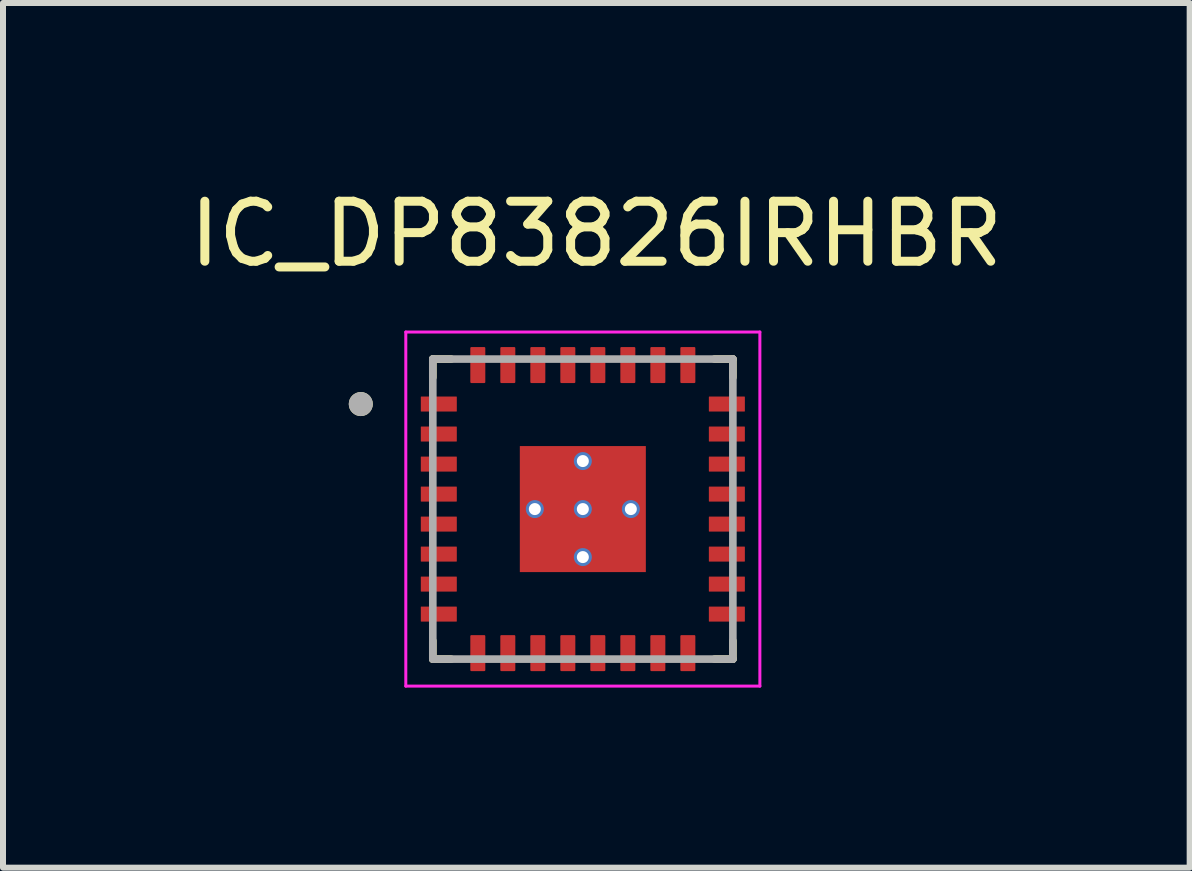
<source format=kicad_pcb>
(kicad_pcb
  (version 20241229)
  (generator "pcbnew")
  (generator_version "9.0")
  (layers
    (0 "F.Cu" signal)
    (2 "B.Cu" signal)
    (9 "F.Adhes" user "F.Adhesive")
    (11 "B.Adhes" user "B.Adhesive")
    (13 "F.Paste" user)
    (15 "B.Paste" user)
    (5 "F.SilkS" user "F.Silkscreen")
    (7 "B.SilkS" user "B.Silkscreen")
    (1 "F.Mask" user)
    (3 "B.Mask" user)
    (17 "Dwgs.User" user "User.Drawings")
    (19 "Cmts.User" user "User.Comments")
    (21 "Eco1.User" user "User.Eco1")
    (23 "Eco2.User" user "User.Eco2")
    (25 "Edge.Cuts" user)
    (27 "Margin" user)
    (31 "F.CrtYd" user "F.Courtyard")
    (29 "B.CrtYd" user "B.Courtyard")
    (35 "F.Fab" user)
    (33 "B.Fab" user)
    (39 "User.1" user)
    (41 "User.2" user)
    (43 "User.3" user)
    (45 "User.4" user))
  (footprint "IC_DP83826IRHBR"
    (layer "F.Cu")
    (at 6.662 5.433)
    (property "Reference" "IC_DP83826IRHBR" (at 0.225 -4.585 0) (layer "F.SilkS") (effects (font (size 1 1) (thickness 0.15))))
    (attr smd)
    (fp_poly (pts (xy -1.12 -1.12) (xy 1.12 -1.12) (xy 1.12 1.12) (xy -1.12 1.12)) (stroke (width 0.01) (type solid)) (fill yes) (layer "F.Mask"))
    (fp_poly (pts (xy -2.15 -1.945) (xy -2.65 -1.945) (xy -2.656 -1.945) (xy -2.663 -1.944) (xy -2.669 -1.944) (xy -2.675 -1.942) (xy -2.681 -1.941) (xy -2.687 -1.939) (xy -2.693 -1.937) (xy -2.699 -1.935) (xy -2.704 -1.932) (xy -2.71 -1.929) (xy -2.715 -1.926) (xy -2.721 -1.922) (xy -2.726 -1.918) (xy -2.73 -1.914) (xy -2.735 -1.91) (xy -2.739 -1.905) (xy -2.743 -1.901) (xy -2.747 -1.896) (xy -2.751 -1.89) (xy -2.754 -1.885) (xy -2.757 -1.879) (xy -2.76 -1.874) (xy -2.762 -1.868) (xy -2.764 -1.862) (xy -2.766 -1.856) (xy -2.767 -1.85) (xy -2.769 -1.844) (xy -2.769 -1.838) (xy -2.77 -1.831) (xy -2.77 -1.825) (xy -2.77 -1.675) (xy -2.77 -1.669) (xy -2.769 -1.662) (xy -2.769 -1.656) (xy -2.767 -1.65) (xy -2.766 -1.644) (xy -2.764 -1.638) (xy -2.762 -1.632) (xy -2.76 -1.626) (xy -2.757 -1.621) (xy -2.754 -1.615) (xy -2.751 -1.61) (xy -2.747 -1.604) (xy -2.743 -1.599) (xy -2.739 -1.595) (xy -2.735 -1.59) (xy -2.73 -1.586) (xy -2.726 -1.582) (xy -2.721 -1.578) (xy -2.715 -1.574) (xy -2.71 -1.571) (xy -2.704 -1.568) (xy -2.699 -1.565) (xy -2.693 -1.563) (xy -2.687 -1.561) (xy -2.681 -1.559) (xy -2.675 -1.558) (xy -2.669 -1.556) (xy -2.663 -1.556) (xy -2.656 -1.555) (xy -2.65 -1.555) (xy -2.15 -1.555) (xy -2.144 -1.555) (xy -2.137 -1.556) (xy -2.131 -1.556) (xy -2.125 -1.558) (xy -2.119 -1.559) (xy -2.113 -1.561) (xy -2.107 -1.563) (xy -2.101 -1.565) (xy -2.096 -1.568) (xy -2.09 -1.571) (xy -2.085 -1.574) (xy -2.079 -1.578) (xy -2.074 -1.582) (xy -2.07 -1.586) (xy -2.065 -1.59) (xy -2.061 -1.595) (xy -2.057 -1.599) (xy -2.053 -1.604) (xy -2.049 -1.61) (xy -2.046 -1.615) (xy -2.043 -1.621) (xy -2.04 -1.626) (xy -2.038 -1.632) (xy -2.036 -1.638) (xy -2.034 -1.644) (xy -2.033 -1.65) (xy -2.031 -1.656) (xy -2.031 -1.662) (xy -2.03 -1.669) (xy -2.03 -1.675) (xy -2.03 -1.825) (xy -2.03 -1.831) (xy -2.031 -1.838) (xy -2.031 -1.844) (xy -2.033 -1.85) (xy -2.034 -1.856) (xy -2.036 -1.862) (xy -2.038 -1.868) (xy -2.04 -1.874) (xy -2.043 -1.879) (xy -2.046 -1.885) (xy -2.049 -1.89) (xy -2.053 -1.896) (xy -2.057 -1.901) (xy -2.061 -1.905) (xy -2.065 -1.91) (xy -2.07 -1.914) (xy -2.074 -1.918) (xy -2.079 -1.922) (xy -2.085 -1.926) (xy -2.09 -1.929) (xy -2.096 -1.932) (xy -2.101 -1.935) (xy -2.107 -1.937) (xy -2.113 -1.939) (xy -2.119 -1.941) (xy -2.125 -1.942) (xy -2.131 -1.944) (xy -2.137 -1.944) (xy -2.144 -1.945) (xy -2.15 -1.945)) (stroke (width 0.01) (type solid)) (fill yes) (layer "F.Mask"))
    (fp_poly (pts (xy -2.15 -1.445) (xy -2.65 -1.445) (xy -2.656 -1.445) (xy -2.663 -1.444) (xy -2.669 -1.444) (xy -2.675 -1.442) (xy -2.681 -1.441) (xy -2.687 -1.439) (xy -2.693 -1.437) (xy -2.699 -1.435) (xy -2.704 -1.432) (xy -2.71 -1.429) (xy -2.715 -1.426) (xy -2.721 -1.422) (xy -2.726 -1.418) (xy -2.73 -1.414) (xy -2.735 -1.41) (xy -2.739 -1.405) (xy -2.743 -1.401) (xy -2.747 -1.396) (xy -2.751 -1.39) (xy -2.754 -1.385) (xy -2.757 -1.379) (xy -2.76 -1.374) (xy -2.762 -1.368) (xy -2.764 -1.362) (xy -2.766 -1.356) (xy -2.767 -1.35) (xy -2.769 -1.344) (xy -2.769 -1.338) (xy -2.77 -1.331) (xy -2.77 -1.325) (xy -2.77 -1.175) (xy -2.77 -1.169) (xy -2.769 -1.162) (xy -2.769 -1.156) (xy -2.767 -1.15) (xy -2.766 -1.144) (xy -2.764 -1.138) (xy -2.762 -1.132) (xy -2.76 -1.126) (xy -2.757 -1.121) (xy -2.754 -1.115) (xy -2.751 -1.11) (xy -2.747 -1.104) (xy -2.743 -1.099) (xy -2.739 -1.095) (xy -2.735 -1.09) (xy -2.73 -1.086) (xy -2.726 -1.082) (xy -2.721 -1.078) (xy -2.715 -1.074) (xy -2.71 -1.071) (xy -2.704 -1.068) (xy -2.699 -1.065) (xy -2.693 -1.063) (xy -2.687 -1.061) (xy -2.681 -1.059) (xy -2.675 -1.058) (xy -2.669 -1.056) (xy -2.663 -1.056) (xy -2.656 -1.055) (xy -2.65 -1.055) (xy -2.15 -1.055) (xy -2.144 -1.055) (xy -2.137 -1.056) (xy -2.131 -1.056) (xy -2.125 -1.058) (xy -2.119 -1.059) (xy -2.113 -1.061) (xy -2.107 -1.063) (xy -2.101 -1.065) (xy -2.096 -1.068) (xy -2.09 -1.071) (xy -2.085 -1.074) (xy -2.079 -1.078) (xy -2.074 -1.082) (xy -2.07 -1.086) (xy -2.065 -1.09) (xy -2.061 -1.095) (xy -2.057 -1.099) (xy -2.053 -1.104) (xy -2.049 -1.11) (xy -2.046 -1.115) (xy -2.043 -1.121) (xy -2.04 -1.126) (xy -2.038 -1.132) (xy -2.036 -1.138) (xy -2.034 -1.144) (xy -2.033 -1.15) (xy -2.031 -1.156) (xy -2.031 -1.162) (xy -2.03 -1.169) (xy -2.03 -1.175) (xy -2.03 -1.325) (xy -2.03 -1.331) (xy -2.031 -1.338) (xy -2.031 -1.344) (xy -2.033 -1.35) (xy -2.034 -1.356) (xy -2.036 -1.362) (xy -2.038 -1.368) (xy -2.04 -1.374) (xy -2.043 -1.379) (xy -2.046 -1.385) (xy -2.049 -1.39) (xy -2.053 -1.396) (xy -2.057 -1.401) (xy -2.061 -1.405) (xy -2.065 -1.41) (xy -2.07 -1.414) (xy -2.074 -1.418) (xy -2.079 -1.422) (xy -2.085 -1.426) (xy -2.09 -1.429) (xy -2.096 -1.432) (xy -2.101 -1.435) (xy -2.107 -1.437) (xy -2.113 -1.439) (xy -2.119 -1.441) (xy -2.125 -1.442) (xy -2.131 -1.444) (xy -2.137 -1.444) (xy -2.144 -1.445) (xy -2.15 -1.445)) (stroke (width 0.01) (type solid)) (fill yes) (layer "F.Mask"))
    (fp_poly (pts (xy -2.15 -0.945) (xy -2.65 -0.945) (xy -2.656 -0.945) (xy -2.663 -0.944) (xy -2.669 -0.944) (xy -2.675 -0.942) (xy -2.681 -0.941) (xy -2.687 -0.939) (xy -2.693 -0.937) (xy -2.699 -0.935) (xy -2.704 -0.932) (xy -2.71 -0.929) (xy -2.715 -0.926) (xy -2.721 -0.922) (xy -2.726 -0.918) (xy -2.73 -0.914) (xy -2.735 -0.91) (xy -2.739 -0.905) (xy -2.743 -0.901) (xy -2.747 -0.896) (xy -2.751 -0.89) (xy -2.754 -0.885) (xy -2.757 -0.879) (xy -2.76 -0.874) (xy -2.762 -0.868) (xy -2.764 -0.862) (xy -2.766 -0.856) (xy -2.767 -0.85) (xy -2.769 -0.844) (xy -2.769 -0.838) (xy -2.77 -0.831) (xy -2.77 -0.825) (xy -2.77 -0.675) (xy -2.77 -0.669) (xy -2.769 -0.662) (xy -2.769 -0.656) (xy -2.767 -0.65) (xy -2.766 -0.644) (xy -2.764 -0.638) (xy -2.762 -0.632) (xy -2.76 -0.626) (xy -2.757 -0.621) (xy -2.754 -0.615) (xy -2.751 -0.61) (xy -2.747 -0.604) (xy -2.743 -0.599) (xy -2.739 -0.595) (xy -2.735 -0.59) (xy -2.73 -0.586) (xy -2.726 -0.582) (xy -2.721 -0.578) (xy -2.715 -0.574) (xy -2.71 -0.571) (xy -2.704 -0.568) (xy -2.699 -0.565) (xy -2.693 -0.563) (xy -2.687 -0.561) (xy -2.681 -0.559) (xy -2.675 -0.558) (xy -2.669 -0.556) (xy -2.663 -0.556) (xy -2.656 -0.555) (xy -2.65 -0.555) (xy -2.15 -0.555) (xy -2.144 -0.555) (xy -2.137 -0.556) (xy -2.131 -0.556) (xy -2.125 -0.558) (xy -2.119 -0.559) (xy -2.113 -0.561) (xy -2.107 -0.563) (xy -2.101 -0.565) (xy -2.096 -0.568) (xy -2.09 -0.571) (xy -2.085 -0.574) (xy -2.079 -0.578) (xy -2.074 -0.582) (xy -2.07 -0.586) (xy -2.065 -0.59) (xy -2.061 -0.595) (xy -2.057 -0.599) (xy -2.053 -0.604) (xy -2.049 -0.61) (xy -2.046 -0.615) (xy -2.043 -0.621) (xy -2.04 -0.626) (xy -2.038 -0.632) (xy -2.036 -0.638) (xy -2.034 -0.644) (xy -2.033 -0.65) (xy -2.031 -0.656) (xy -2.031 -0.662) (xy -2.03 -0.669) (xy -2.03 -0.675) (xy -2.03 -0.825) (xy -2.03 -0.831) (xy -2.031 -0.838) (xy -2.031 -0.844) (xy -2.033 -0.85) (xy -2.034 -0.856) (xy -2.036 -0.862) (xy -2.038 -0.868) (xy -2.04 -0.874) (xy -2.043 -0.879) (xy -2.046 -0.885) (xy -2.049 -0.89) (xy -2.053 -0.896) (xy -2.057 -0.901) (xy -2.061 -0.905) (xy -2.065 -0.91) (xy -2.07 -0.914) (xy -2.074 -0.918) (xy -2.079 -0.922) (xy -2.085 -0.926) (xy -2.09 -0.929) (xy -2.096 -0.932) (xy -2.101 -0.935) (xy -2.107 -0.937) (xy -2.113 -0.939) (xy -2.119 -0.941) (xy -2.125 -0.942) (xy -2.131 -0.944) (xy -2.137 -0.944) (xy -2.144 -0.945) (xy -2.15 -0.945)) (stroke (width 0.01) (type solid)) (fill yes) (layer "F.Mask"))
    (fp_poly (pts (xy -2.15 -0.445) (xy -2.65 -0.445) (xy -2.656 -0.445) (xy -2.663 -0.444) (xy -2.669 -0.444) (xy -2.675 -0.442) (xy -2.681 -0.441) (xy -2.687 -0.439) (xy -2.693 -0.437) (xy -2.699 -0.435) (xy -2.704 -0.432) (xy -2.71 -0.429) (xy -2.715 -0.426) (xy -2.721 -0.422) (xy -2.726 -0.418) (xy -2.73 -0.414) (xy -2.735 -0.41) (xy -2.739 -0.405) (xy -2.743 -0.401) (xy -2.747 -0.396) (xy -2.751 -0.39) (xy -2.754 -0.385) (xy -2.757 -0.379) (xy -2.76 -0.374) (xy -2.762 -0.368) (xy -2.764 -0.362) (xy -2.766 -0.356) (xy -2.767 -0.35) (xy -2.769 -0.344) (xy -2.769 -0.338) (xy -2.77 -0.331) (xy -2.77 -0.325) (xy -2.77 -0.175) (xy -2.77 -0.169) (xy -2.769 -0.162) (xy -2.769 -0.156) (xy -2.767 -0.15) (xy -2.766 -0.144) (xy -2.764 -0.138) (xy -2.762 -0.132) (xy -2.76 -0.126) (xy -2.757 -0.121) (xy -2.754 -0.115) (xy -2.751 -0.11) (xy -2.747 -0.104) (xy -2.743 -0.099) (xy -2.739 -0.095) (xy -2.735 -0.09) (xy -2.73 -0.086) (xy -2.726 -0.082) (xy -2.721 -0.078) (xy -2.715 -0.074) (xy -2.71 -0.071) (xy -2.704 -0.068) (xy -2.699 -0.065) (xy -2.693 -0.063) (xy -2.687 -0.061) (xy -2.681 -0.059) (xy -2.675 -0.058) (xy -2.669 -0.056) (xy -2.663 -0.056) (xy -2.656 -0.055) (xy -2.65 -0.055) (xy -2.15 -0.055) (xy -2.144 -0.055) (xy -2.137 -0.056) (xy -2.131 -0.056) (xy -2.125 -0.058) (xy -2.119 -0.059) (xy -2.113 -0.061) (xy -2.107 -0.063) (xy -2.101 -0.065) (xy -2.096 -0.068) (xy -2.09 -0.071) (xy -2.085 -0.074) (xy -2.079 -0.078) (xy -2.074 -0.082) (xy -2.07 -0.086) (xy -2.065 -0.09) (xy -2.061 -0.095) (xy -2.057 -0.099) (xy -2.053 -0.104) (xy -2.049 -0.11) (xy -2.046 -0.115) (xy -2.043 -0.121) (xy -2.04 -0.126) (xy -2.038 -0.132) (xy -2.036 -0.138) (xy -2.034 -0.144) (xy -2.033 -0.15) (xy -2.031 -0.156) (xy -2.031 -0.162) (xy -2.03 -0.169) (xy -2.03 -0.175) (xy -2.03 -0.325) (xy -2.03 -0.331) (xy -2.031 -0.338) (xy -2.031 -0.344) (xy -2.033 -0.35) (xy -2.034 -0.356) (xy -2.036 -0.362) (xy -2.038 -0.368) (xy -2.04 -0.374) (xy -2.043 -0.379) (xy -2.046 -0.385) (xy -2.049 -0.39) (xy -2.053 -0.396) (xy -2.057 -0.401) (xy -2.061 -0.405) (xy -2.065 -0.41) (xy -2.07 -0.414) (xy -2.074 -0.418) (xy -2.079 -0.422) (xy -2.085 -0.426) (xy -2.09 -0.429) (xy -2.096 -0.432) (xy -2.101 -0.435) (xy -2.107 -0.437) (xy -2.113 -0.439) (xy -2.119 -0.441) (xy -2.125 -0.442) (xy -2.131 -0.444) (xy -2.137 -0.444) (xy -2.144 -0.445) (xy -2.15 -0.445)) (stroke (width 0.01) (type solid)) (fill yes) (layer "F.Mask"))
    (fp_poly (pts (xy -2.15 0.055) (xy -2.65 0.055) (xy -2.656 0.055) (xy -2.663 0.056) (xy -2.669 0.056) (xy -2.675 0.058) (xy -2.681 0.059) (xy -2.687 0.061) (xy -2.693 0.063) (xy -2.699 0.065) (xy -2.704 0.068) (xy -2.71 0.071) (xy -2.715 0.074) (xy -2.721 0.078) (xy -2.726 0.082) (xy -2.73 0.086) (xy -2.735 0.09) (xy -2.739 0.095) (xy -2.743 0.099) (xy -2.747 0.104) (xy -2.751 0.11) (xy -2.754 0.115) (xy -2.757 0.121) (xy -2.76 0.126) (xy -2.762 0.132) (xy -2.764 0.138) (xy -2.766 0.144) (xy -2.767 0.15) (xy -2.769 0.156) (xy -2.769 0.162) (xy -2.77 0.169) (xy -2.77 0.175) (xy -2.77 0.325) (xy -2.77 0.331) (xy -2.769 0.338) (xy -2.769 0.344) (xy -2.767 0.35) (xy -2.766 0.356) (xy -2.764 0.362) (xy -2.762 0.368) (xy -2.76 0.374) (xy -2.757 0.379) (xy -2.754 0.385) (xy -2.751 0.39) (xy -2.747 0.396) (xy -2.743 0.401) (xy -2.739 0.405) (xy -2.735 0.41) (xy -2.73 0.414) (xy -2.726 0.418) (xy -2.721 0.422) (xy -2.715 0.426) (xy -2.71 0.429) (xy -2.704 0.432) (xy -2.699 0.435) (xy -2.693 0.437) (xy -2.687 0.439) (xy -2.681 0.441) (xy -2.675 0.442) (xy -2.669 0.444) (xy -2.663 0.444) (xy -2.656 0.445) (xy -2.65 0.445) (xy -2.15 0.445) (xy -2.144 0.445) (xy -2.137 0.444) (xy -2.131 0.444) (xy -2.125 0.442) (xy -2.119 0.441) (xy -2.113 0.439) (xy -2.107 0.437) (xy -2.101 0.435) (xy -2.096 0.432) (xy -2.09 0.429) (xy -2.085 0.426) (xy -2.079 0.422) (xy -2.074 0.418) (xy -2.07 0.414) (xy -2.065 0.41) (xy -2.061 0.405) (xy -2.057 0.401) (xy -2.053 0.396) (xy -2.049 0.39) (xy -2.046 0.385) (xy -2.043 0.379) (xy -2.04 0.374) (xy -2.038 0.368) (xy -2.036 0.362) (xy -2.034 0.356) (xy -2.033 0.35) (xy -2.031 0.344) (xy -2.031 0.338) (xy -2.03 0.331) (xy -2.03 0.325) (xy -2.03 0.175) (xy -2.03 0.169) (xy -2.031 0.162) (xy -2.031 0.156) (xy -2.033 0.15) (xy -2.034 0.144) (xy -2.036 0.138) (xy -2.038 0.132) (xy -2.04 0.126) (xy -2.043 0.121) (xy -2.046 0.115) (xy -2.049 0.11) (xy -2.053 0.104) (xy -2.057 0.099) (xy -2.061 0.095) (xy -2.065 0.09) (xy -2.07 0.086) (xy -2.074 0.082) (xy -2.079 0.078) (xy -2.085 0.074) (xy -2.09 0.071) (xy -2.096 0.068) (xy -2.101 0.065) (xy -2.107 0.063) (xy -2.113 0.061) (xy -2.119 0.059) (xy -2.125 0.058) (xy -2.131 0.056) (xy -2.137 0.056) (xy -2.144 0.055) (xy -2.15 0.055)) (stroke (width 0.01) (type solid)) (fill yes) (layer "F.Mask"))
    (fp_poly (pts (xy -2.15 0.555) (xy -2.65 0.555) (xy -2.656 0.555) (xy -2.663 0.556) (xy -2.669 0.556) (xy -2.675 0.558) (xy -2.681 0.559) (xy -2.687 0.561) (xy -2.693 0.563) (xy -2.699 0.565) (xy -2.704 0.568) (xy -2.71 0.571) (xy -2.715 0.574) (xy -2.721 0.578) (xy -2.726 0.582) (xy -2.73 0.586) (xy -2.735 0.59) (xy -2.739 0.595) (xy -2.743 0.599) (xy -2.747 0.604) (xy -2.751 0.61) (xy -2.754 0.615) (xy -2.757 0.621) (xy -2.76 0.626) (xy -2.762 0.632) (xy -2.764 0.638) (xy -2.766 0.644) (xy -2.767 0.65) (xy -2.769 0.656) (xy -2.769 0.662) (xy -2.77 0.669) (xy -2.77 0.675) (xy -2.77 0.825) (xy -2.77 0.831) (xy -2.769 0.838) (xy -2.769 0.844) (xy -2.767 0.85) (xy -2.766 0.856) (xy -2.764 0.862) (xy -2.762 0.868) (xy -2.76 0.874) (xy -2.757 0.879) (xy -2.754 0.885) (xy -2.751 0.89) (xy -2.747 0.896) (xy -2.743 0.901) (xy -2.739 0.905) (xy -2.735 0.91) (xy -2.73 0.914) (xy -2.726 0.918) (xy -2.721 0.922) (xy -2.715 0.926) (xy -2.71 0.929) (xy -2.704 0.932) (xy -2.699 0.935) (xy -2.693 0.937) (xy -2.687 0.939) (xy -2.681 0.941) (xy -2.675 0.942) (xy -2.669 0.944) (xy -2.663 0.944) (xy -2.656 0.945) (xy -2.65 0.945) (xy -2.15 0.945) (xy -2.144 0.945) (xy -2.137 0.944) (xy -2.131 0.944) (xy -2.125 0.942) (xy -2.119 0.941) (xy -2.113 0.939) (xy -2.107 0.937) (xy -2.101 0.935) (xy -2.096 0.932) (xy -2.09 0.929) (xy -2.085 0.926) (xy -2.079 0.922) (xy -2.074 0.918) (xy -2.07 0.914) (xy -2.065 0.91) (xy -2.061 0.905) (xy -2.057 0.901) (xy -2.053 0.896) (xy -2.049 0.89) (xy -2.046 0.885) (xy -2.043 0.879) (xy -2.04 0.874) (xy -2.038 0.868) (xy -2.036 0.862) (xy -2.034 0.856) (xy -2.033 0.85) (xy -2.031 0.844) (xy -2.031 0.838) (xy -2.03 0.831) (xy -2.03 0.825) (xy -2.03 0.675) (xy -2.03 0.669) (xy -2.031 0.662) (xy -2.031 0.656) (xy -2.033 0.65) (xy -2.034 0.644) (xy -2.036 0.638) (xy -2.038 0.632) (xy -2.04 0.626) (xy -2.043 0.621) (xy -2.046 0.615) (xy -2.049 0.61) (xy -2.053 0.604) (xy -2.057 0.599) (xy -2.061 0.595) (xy -2.065 0.59) (xy -2.07 0.586) (xy -2.074 0.582) (xy -2.079 0.578) (xy -2.085 0.574) (xy -2.09 0.571) (xy -2.096 0.568) (xy -2.101 0.565) (xy -2.107 0.563) (xy -2.113 0.561) (xy -2.119 0.559) (xy -2.125 0.558) (xy -2.131 0.556) (xy -2.137 0.556) (xy -2.144 0.555) (xy -2.15 0.555)) (stroke (width 0.01) (type solid)) (fill yes) (layer "F.Mask"))
    (fp_poly (pts (xy -2.15 1.055) (xy -2.65 1.055) (xy -2.656 1.055) (xy -2.663 1.056) (xy -2.669 1.056) (xy -2.675 1.058) (xy -2.681 1.059) (xy -2.687 1.061) (xy -2.693 1.063) (xy -2.699 1.065) (xy -2.704 1.068) (xy -2.71 1.071) (xy -2.715 1.074) (xy -2.721 1.078) (xy -2.726 1.082) (xy -2.73 1.086) (xy -2.735 1.09) (xy -2.739 1.095) (xy -2.743 1.099) (xy -2.747 1.104) (xy -2.751 1.11) (xy -2.754 1.115) (xy -2.757 1.121) (xy -2.76 1.126) (xy -2.762 1.132) (xy -2.764 1.138) (xy -2.766 1.144) (xy -2.767 1.15) (xy -2.769 1.156) (xy -2.769 1.162) (xy -2.77 1.169) (xy -2.77 1.175) (xy -2.77 1.325) (xy -2.77 1.331) (xy -2.769 1.338) (xy -2.769 1.344) (xy -2.767 1.35) (xy -2.766 1.356) (xy -2.764 1.362) (xy -2.762 1.368) (xy -2.76 1.374) (xy -2.757 1.379) (xy -2.754 1.385) (xy -2.751 1.39) (xy -2.747 1.396) (xy -2.743 1.401) (xy -2.739 1.405) (xy -2.735 1.41) (xy -2.73 1.414) (xy -2.726 1.418) (xy -2.721 1.422) (xy -2.715 1.426) (xy -2.71 1.429) (xy -2.704 1.432) (xy -2.699 1.435) (xy -2.693 1.437) (xy -2.687 1.439) (xy -2.681 1.441) (xy -2.675 1.442) (xy -2.669 1.444) (xy -2.663 1.444) (xy -2.656 1.445) (xy -2.65 1.445) (xy -2.15 1.445) (xy -2.144 1.445) (xy -2.137 1.444) (xy -2.131 1.444) (xy -2.125 1.442) (xy -2.119 1.441) (xy -2.113 1.439) (xy -2.107 1.437) (xy -2.101 1.435) (xy -2.096 1.432) (xy -2.09 1.429) (xy -2.085 1.426) (xy -2.079 1.422) (xy -2.074 1.418) (xy -2.07 1.414) (xy -2.065 1.41) (xy -2.061 1.405) (xy -2.057 1.401) (xy -2.053 1.396) (xy -2.049 1.39) (xy -2.046 1.385) (xy -2.043 1.379) (xy -2.04 1.374) (xy -2.038 1.368) (xy -2.036 1.362) (xy -2.034 1.356) (xy -2.033 1.35) (xy -2.031 1.344) (xy -2.031 1.338) (xy -2.03 1.331) (xy -2.03 1.325) (xy -2.03 1.175) (xy -2.03 1.169) (xy -2.031 1.162) (xy -2.031 1.156) (xy -2.033 1.15) (xy -2.034 1.144) (xy -2.036 1.138) (xy -2.038 1.132) (xy -2.04 1.126) (xy -2.043 1.121) (xy -2.046 1.115) (xy -2.049 1.11) (xy -2.053 1.104) (xy -2.057 1.099) (xy -2.061 1.095) (xy -2.065 1.09) (xy -2.07 1.086) (xy -2.074 1.082) (xy -2.079 1.078) (xy -2.085 1.074) (xy -2.09 1.071) (xy -2.096 1.068) (xy -2.101 1.065) (xy -2.107 1.063) (xy -2.113 1.061) (xy -2.119 1.059) (xy -2.125 1.058) (xy -2.131 1.056) (xy -2.137 1.056) (xy -2.144 1.055) (xy -2.15 1.055)) (stroke (width 0.01) (type solid)) (fill yes) (layer "F.Mask"))
    (fp_poly (pts (xy -2.15 1.555) (xy -2.65 1.555) (xy -2.656 1.555) (xy -2.663 1.556) (xy -2.669 1.556) (xy -2.675 1.558) (xy -2.681 1.559) (xy -2.687 1.561) (xy -2.693 1.563) (xy -2.699 1.565) (xy -2.704 1.568) (xy -2.71 1.571) (xy -2.715 1.574) (xy -2.721 1.578) (xy -2.726 1.582) (xy -2.73 1.586) (xy -2.735 1.59) (xy -2.739 1.595) (xy -2.743 1.599) (xy -2.747 1.604) (xy -2.751 1.61) (xy -2.754 1.615) (xy -2.757 1.621) (xy -2.76 1.626) (xy -2.762 1.632) (xy -2.764 1.638) (xy -2.766 1.644) (xy -2.767 1.65) (xy -2.769 1.656) (xy -2.769 1.662) (xy -2.77 1.669) (xy -2.77 1.675) (xy -2.77 1.825) (xy -2.77 1.831) (xy -2.769 1.838) (xy -2.769 1.844) (xy -2.767 1.85) (xy -2.766 1.856) (xy -2.764 1.862) (xy -2.762 1.868) (xy -2.76 1.874) (xy -2.757 1.879) (xy -2.754 1.885) (xy -2.751 1.89) (xy -2.747 1.896) (xy -2.743 1.901) (xy -2.739 1.905) (xy -2.735 1.91) (xy -2.73 1.914) (xy -2.726 1.918) (xy -2.721 1.922) (xy -2.715 1.926) (xy -2.71 1.929) (xy -2.704 1.932) (xy -2.699 1.935) (xy -2.693 1.937) (xy -2.687 1.939) (xy -2.681 1.941) (xy -2.675 1.942) (xy -2.669 1.944) (xy -2.663 1.944) (xy -2.656 1.945) (xy -2.65 1.945) (xy -2.15 1.945) (xy -2.144 1.945) (xy -2.137 1.944) (xy -2.131 1.944) (xy -2.125 1.942) (xy -2.119 1.941) (xy -2.113 1.939) (xy -2.107 1.937) (xy -2.101 1.935) (xy -2.096 1.932) (xy -2.09 1.929) (xy -2.085 1.926) (xy -2.079 1.922) (xy -2.074 1.918) (xy -2.07 1.914) (xy -2.065 1.91) (xy -2.061 1.905) (xy -2.057 1.901) (xy -2.053 1.896) (xy -2.049 1.89) (xy -2.046 1.885) (xy -2.043 1.879) (xy -2.04 1.874) (xy -2.038 1.868) (xy -2.036 1.862) (xy -2.034 1.856) (xy -2.033 1.85) (xy -2.031 1.844) (xy -2.031 1.838) (xy -2.03 1.831) (xy -2.03 1.825) (xy -2.03 1.675) (xy -2.03 1.669) (xy -2.031 1.662) (xy -2.031 1.656) (xy -2.033 1.65) (xy -2.034 1.644) (xy -2.036 1.638) (xy -2.038 1.632) (xy -2.04 1.626) (xy -2.043 1.621) (xy -2.046 1.615) (xy -2.049 1.61) (xy -2.053 1.604) (xy -2.057 1.599) (xy -2.061 1.595) (xy -2.065 1.59) (xy -2.07 1.586) (xy -2.074 1.582) (xy -2.079 1.578) (xy -2.085 1.574) (xy -2.09 1.571) (xy -2.096 1.568) (xy -2.101 1.565) (xy -2.107 1.563) (xy -2.113 1.561) (xy -2.119 1.559) (xy -2.125 1.558) (xy -2.131 1.556) (xy -2.137 1.556) (xy -2.144 1.555) (xy -2.15 1.555)) (stroke (width 0.01) (type solid)) (fill yes) (layer "F.Mask"))
    (fp_poly (pts (xy -1.945 2.15) (xy -1.945 2.65) (xy -1.945 2.656) (xy -1.944 2.663) (xy -1.944 2.669) (xy -1.942 2.675) (xy -1.941 2.681) (xy -1.939 2.687) (xy -1.937 2.693) (xy -1.935 2.699) (xy -1.932 2.704) (xy -1.929 2.71) (xy -1.926 2.715) (xy -1.922 2.721) (xy -1.918 2.726) (xy -1.914 2.73) (xy -1.91 2.735) (xy -1.905 2.739) (xy -1.901 2.743) (xy -1.896 2.747) (xy -1.89 2.751) (xy -1.885 2.754) (xy -1.879 2.757) (xy -1.874 2.76) (xy -1.868 2.762) (xy -1.862 2.764) (xy -1.856 2.766) (xy -1.85 2.767) (xy -1.844 2.769) (xy -1.838 2.769) (xy -1.831 2.77) (xy -1.825 2.77) (xy -1.675 2.77) (xy -1.669 2.77) (xy -1.662 2.769) (xy -1.656 2.769) (xy -1.65 2.767) (xy -1.644 2.766) (xy -1.638 2.764) (xy -1.632 2.762) (xy -1.626 2.76) (xy -1.621 2.757) (xy -1.615 2.754) (xy -1.61 2.751) (xy -1.604 2.747) (xy -1.599 2.743) (xy -1.595 2.739) (xy -1.59 2.735) (xy -1.586 2.73) (xy -1.582 2.726) (xy -1.578 2.721) (xy -1.574 2.715) (xy -1.571 2.71) (xy -1.568 2.704) (xy -1.565 2.699) (xy -1.563 2.693) (xy -1.561 2.687) (xy -1.559 2.681) (xy -1.558 2.675) (xy -1.556 2.669) (xy -1.556 2.663) (xy -1.555 2.656) (xy -1.555 2.65) (xy -1.555 2.15) (xy -1.555 2.144) (xy -1.556 2.137) (xy -1.556 2.131) (xy -1.558 2.125) (xy -1.559 2.119) (xy -1.561 2.113) (xy -1.563 2.107) (xy -1.565 2.101) (xy -1.568 2.096) (xy -1.571 2.09) (xy -1.574 2.085) (xy -1.578 2.079) (xy -1.582 2.074) (xy -1.586 2.07) (xy -1.59 2.065) (xy -1.595 2.061) (xy -1.599 2.057) (xy -1.604 2.053) (xy -1.61 2.049) (xy -1.615 2.046) (xy -1.621 2.043) (xy -1.626 2.04) (xy -1.632 2.038) (xy -1.638 2.036) (xy -1.644 2.034) (xy -1.65 2.033) (xy -1.656 2.031) (xy -1.662 2.031) (xy -1.669 2.03) (xy -1.675 2.03) (xy -1.825 2.03) (xy -1.831 2.03) (xy -1.838 2.031) (xy -1.844 2.031) (xy -1.85 2.033) (xy -1.856 2.034) (xy -1.862 2.036) (xy -1.868 2.038) (xy -1.874 2.04) (xy -1.879 2.043) (xy -1.885 2.046) (xy -1.89 2.049) (xy -1.896 2.053) (xy -1.901 2.057) (xy -1.905 2.061) (xy -1.91 2.065) (xy -1.914 2.07) (xy -1.918 2.074) (xy -1.922 2.079) (xy -1.926 2.085) (xy -1.929 2.09) (xy -1.932 2.096) (xy -1.935 2.101) (xy -1.937 2.107) (xy -1.939 2.113) (xy -1.941 2.119) (xy -1.942 2.125) (xy -1.944 2.131) (xy -1.944 2.137) (xy -1.945 2.144) (xy -1.945 2.15)) (stroke (width 0.01) (type solid)) (fill yes) (layer "F.Mask"))
    (fp_poly (pts (xy -1.555 -2.15) (xy -1.555 -2.65) (xy -1.555 -2.656) (xy -1.556 -2.663) (xy -1.556 -2.669) (xy -1.558 -2.675) (xy -1.559 -2.681) (xy -1.561 -2.687) (xy -1.563 -2.693) (xy -1.565 -2.699) (xy -1.568 -2.704) (xy -1.571 -2.71) (xy -1.574 -2.715) (xy -1.578 -2.721) (xy -1.582 -2.726) (xy -1.586 -2.73) (xy -1.59 -2.735) (xy -1.595 -2.739) (xy -1.599 -2.743) (xy -1.604 -2.747) (xy -1.61 -2.751) (xy -1.615 -2.754) (xy -1.621 -2.757) (xy -1.626 -2.76) (xy -1.632 -2.762) (xy -1.638 -2.764) (xy -1.644 -2.766) (xy -1.65 -2.767) (xy -1.656 -2.769) (xy -1.662 -2.769) (xy -1.669 -2.77) (xy -1.675 -2.77) (xy -1.825 -2.77) (xy -1.831 -2.77) (xy -1.838 -2.769) (xy -1.844 -2.769) (xy -1.85 -2.767) (xy -1.856 -2.766) (xy -1.862 -2.764) (xy -1.868 -2.762) (xy -1.874 -2.76) (xy -1.879 -2.757) (xy -1.885 -2.754) (xy -1.89 -2.751) (xy -1.896 -2.747) (xy -1.901 -2.743) (xy -1.905 -2.739) (xy -1.91 -2.735) (xy -1.914 -2.73) (xy -1.918 -2.726) (xy -1.922 -2.721) (xy -1.926 -2.715) (xy -1.929 -2.71) (xy -1.932 -2.704) (xy -1.935 -2.699) (xy -1.937 -2.693) (xy -1.939 -2.687) (xy -1.941 -2.681) (xy -1.942 -2.675) (xy -1.944 -2.669) (xy -1.944 -2.663) (xy -1.945 -2.656) (xy -1.945 -2.65) (xy -1.945 -2.15) (xy -1.945 -2.144) (xy -1.944 -2.137) (xy -1.944 -2.131) (xy -1.942 -2.125) (xy -1.941 -2.119) (xy -1.939 -2.113) (xy -1.937 -2.107) (xy -1.935 -2.101) (xy -1.932 -2.096) (xy -1.929 -2.09) (xy -1.926 -2.085) (xy -1.922 -2.079) (xy -1.918 -2.074) (xy -1.914 -2.07) (xy -1.91 -2.065) (xy -1.905 -2.061) (xy -1.901 -2.057) (xy -1.896 -2.053) (xy -1.89 -2.049) (xy -1.885 -2.046) (xy -1.879 -2.043) (xy -1.874 -2.04) (xy -1.868 -2.038) (xy -1.862 -2.036) (xy -1.856 -2.034) (xy -1.85 -2.033) (xy -1.844 -2.031) (xy -1.838 -2.031) (xy -1.831 -2.03) (xy -1.825 -2.03) (xy -1.675 -2.03) (xy -1.669 -2.03) (xy -1.662 -2.031) (xy -1.656 -2.031) (xy -1.65 -2.033) (xy -1.644 -2.034) (xy -1.638 -2.036) (xy -1.632 -2.038) (xy -1.626 -2.04) (xy -1.621 -2.043) (xy -1.615 -2.046) (xy -1.61 -2.049) (xy -1.604 -2.053) (xy -1.599 -2.057) (xy -1.595 -2.061) (xy -1.59 -2.065) (xy -1.586 -2.07) (xy -1.582 -2.074) (xy -1.578 -2.079) (xy -1.574 -2.085) (xy -1.571 -2.09) (xy -1.568 -2.096) (xy -1.565 -2.101) (xy -1.563 -2.107) (xy -1.561 -2.113) (xy -1.559 -2.119) (xy -1.558 -2.125) (xy -1.556 -2.131) (xy -1.556 -2.137) (xy -1.555 -2.144) (xy -1.555 -2.15)) (stroke (width 0.01) (type solid)) (fill yes) (layer "F.Mask"))
    (fp_poly (pts (xy -1.445 2.15) (xy -1.445 2.65) (xy -1.445 2.656) (xy -1.444 2.663) (xy -1.444 2.669) (xy -1.442 2.675) (xy -1.441 2.681) (xy -1.439 2.687) (xy -1.437 2.693) (xy -1.435 2.699) (xy -1.432 2.704) (xy -1.429 2.71) (xy -1.426 2.715) (xy -1.422 2.721) (xy -1.418 2.726) (xy -1.414 2.73) (xy -1.41 2.735) (xy -1.405 2.739) (xy -1.401 2.743) (xy -1.396 2.747) (xy -1.39 2.751) (xy -1.385 2.754) (xy -1.379 2.757) (xy -1.374 2.76) (xy -1.368 2.762) (xy -1.362 2.764) (xy -1.356 2.766) (xy -1.35 2.767) (xy -1.344 2.769) (xy -1.338 2.769) (xy -1.331 2.77) (xy -1.325 2.77) (xy -1.175 2.77) (xy -1.169 2.77) (xy -1.162 2.769) (xy -1.156 2.769) (xy -1.15 2.767) (xy -1.144 2.766) (xy -1.138 2.764) (xy -1.132 2.762) (xy -1.126 2.76) (xy -1.121 2.757) (xy -1.115 2.754) (xy -1.11 2.751) (xy -1.104 2.747) (xy -1.099 2.743) (xy -1.095 2.739) (xy -1.09 2.735) (xy -1.086 2.73) (xy -1.082 2.726) (xy -1.078 2.721) (xy -1.074 2.715) (xy -1.071 2.71) (xy -1.068 2.704) (xy -1.065 2.699) (xy -1.063 2.693) (xy -1.061 2.687) (xy -1.059 2.681) (xy -1.058 2.675) (xy -1.056 2.669) (xy -1.056 2.663) (xy -1.055 2.656) (xy -1.055 2.65) (xy -1.055 2.15) (xy -1.055 2.144) (xy -1.056 2.137) (xy -1.056 2.131) (xy -1.058 2.125) (xy -1.059 2.119) (xy -1.061 2.113) (xy -1.063 2.107) (xy -1.065 2.101) (xy -1.068 2.096) (xy -1.071 2.09) (xy -1.074 2.085) (xy -1.078 2.079) (xy -1.082 2.074) (xy -1.086 2.07) (xy -1.09 2.065) (xy -1.095 2.061) (xy -1.099 2.057) (xy -1.104 2.053) (xy -1.11 2.049) (xy -1.115 2.046) (xy -1.121 2.043) (xy -1.126 2.04) (xy -1.132 2.038) (xy -1.138 2.036) (xy -1.144 2.034) (xy -1.15 2.033) (xy -1.156 2.031) (xy -1.162 2.031) (xy -1.169 2.03) (xy -1.175 2.03) (xy -1.325 2.03) (xy -1.331 2.03) (xy -1.338 2.031) (xy -1.344 2.031) (xy -1.35 2.033) (xy -1.356 2.034) (xy -1.362 2.036) (xy -1.368 2.038) (xy -1.374 2.04) (xy -1.379 2.043) (xy -1.385 2.046) (xy -1.39 2.049) (xy -1.396 2.053) (xy -1.401 2.057) (xy -1.405 2.061) (xy -1.41 2.065) (xy -1.414 2.07) (xy -1.418 2.074) (xy -1.422 2.079) (xy -1.426 2.085) (xy -1.429 2.09) (xy -1.432 2.096) (xy -1.435 2.101) (xy -1.437 2.107) (xy -1.439 2.113) (xy -1.441 2.119) (xy -1.442 2.125) (xy -1.444 2.131) (xy -1.444 2.137) (xy -1.445 2.144) (xy -1.445 2.15)) (stroke (width 0.01) (type solid)) (fill yes) (layer "F.Mask"))
    (fp_poly (pts (xy -1.055 -2.15) (xy -1.055 -2.65) (xy -1.055 -2.656) (xy -1.056 -2.663) (xy -1.056 -2.669) (xy -1.058 -2.675) (xy -1.059 -2.681) (xy -1.061 -2.687) (xy -1.063 -2.693) (xy -1.065 -2.699) (xy -1.068 -2.704) (xy -1.071 -2.71) (xy -1.074 -2.715) (xy -1.078 -2.721) (xy -1.082 -2.726) (xy -1.086 -2.73) (xy -1.09 -2.735) (xy -1.095 -2.739) (xy -1.099 -2.743) (xy -1.104 -2.747) (xy -1.11 -2.751) (xy -1.115 -2.754) (xy -1.121 -2.757) (xy -1.126 -2.76) (xy -1.132 -2.762) (xy -1.138 -2.764) (xy -1.144 -2.766) (xy -1.15 -2.767) (xy -1.156 -2.769) (xy -1.162 -2.769) (xy -1.169 -2.77) (xy -1.175 -2.77) (xy -1.325 -2.77) (xy -1.331 -2.77) (xy -1.338 -2.769) (xy -1.344 -2.769) (xy -1.35 -2.767) (xy -1.356 -2.766) (xy -1.362 -2.764) (xy -1.368 -2.762) (xy -1.374 -2.76) (xy -1.379 -2.757) (xy -1.385 -2.754) (xy -1.39 -2.751) (xy -1.396 -2.747) (xy -1.401 -2.743) (xy -1.405 -2.739) (xy -1.41 -2.735) (xy -1.414 -2.73) (xy -1.418 -2.726) (xy -1.422 -2.721) (xy -1.426 -2.715) (xy -1.429 -2.71) (xy -1.432 -2.704) (xy -1.435 -2.699) (xy -1.437 -2.693) (xy -1.439 -2.687) (xy -1.441 -2.681) (xy -1.442 -2.675) (xy -1.444 -2.669) (xy -1.444 -2.663) (xy -1.445 -2.656) (xy -1.445 -2.65) (xy -1.445 -2.15) (xy -1.445 -2.144) (xy -1.444 -2.137) (xy -1.444 -2.131) (xy -1.442 -2.125) (xy -1.441 -2.119) (xy -1.439 -2.113) (xy -1.437 -2.107) (xy -1.435 -2.101) (xy -1.432 -2.096) (xy -1.429 -2.09) (xy -1.426 -2.085) (xy -1.422 -2.079) (xy -1.418 -2.074) (xy -1.414 -2.07) (xy -1.41 -2.065) (xy -1.405 -2.061) (xy -1.401 -2.057) (xy -1.396 -2.053) (xy -1.39 -2.049) (xy -1.385 -2.046) (xy -1.379 -2.043) (xy -1.374 -2.04) (xy -1.368 -2.038) (xy -1.362 -2.036) (xy -1.356 -2.034) (xy -1.35 -2.033) (xy -1.344 -2.031) (xy -1.338 -2.031) (xy -1.331 -2.03) (xy -1.325 -2.03) (xy -1.175 -2.03) (xy -1.169 -2.03) (xy -1.162 -2.031) (xy -1.156 -2.031) (xy -1.15 -2.033) (xy -1.144 -2.034) (xy -1.138 -2.036) (xy -1.132 -2.038) (xy -1.126 -2.04) (xy -1.121 -2.043) (xy -1.115 -2.046) (xy -1.11 -2.049) (xy -1.104 -2.053) (xy -1.099 -2.057) (xy -1.095 -2.061) (xy -1.09 -2.065) (xy -1.086 -2.07) (xy -1.082 -2.074) (xy -1.078 -2.079) (xy -1.074 -2.085) (xy -1.071 -2.09) (xy -1.068 -2.096) (xy -1.065 -2.101) (xy -1.063 -2.107) (xy -1.061 -2.113) (xy -1.059 -2.119) (xy -1.058 -2.125) (xy -1.056 -2.131) (xy -1.056 -2.137) (xy -1.055 -2.144) (xy -1.055 -2.15)) (stroke (width 0.01) (type solid)) (fill yes) (layer "F.Mask"))
    (fp_poly (pts (xy -0.945 2.15) (xy -0.945 2.65) (xy -0.945 2.656) (xy -0.944 2.663) (xy -0.944 2.669) (xy -0.942 2.675) (xy -0.941 2.681) (xy -0.939 2.687) (xy -0.937 2.693) (xy -0.935 2.699) (xy -0.932 2.704) (xy -0.929 2.71) (xy -0.926 2.715) (xy -0.922 2.721) (xy -0.918 2.726) (xy -0.914 2.73) (xy -0.91 2.735) (xy -0.905 2.739) (xy -0.901 2.743) (xy -0.896 2.747) (xy -0.89 2.751) (xy -0.885 2.754) (xy -0.879 2.757) (xy -0.874 2.76) (xy -0.868 2.762) (xy -0.862 2.764) (xy -0.856 2.766) (xy -0.85 2.767) (xy -0.844 2.769) (xy -0.838 2.769) (xy -0.831 2.77) (xy -0.825 2.77) (xy -0.675 2.77) (xy -0.669 2.77) (xy -0.662 2.769) (xy -0.656 2.769) (xy -0.65 2.767) (xy -0.644 2.766) (xy -0.638 2.764) (xy -0.632 2.762) (xy -0.626 2.76) (xy -0.621 2.757) (xy -0.615 2.754) (xy -0.61 2.751) (xy -0.604 2.747) (xy -0.599 2.743) (xy -0.595 2.739) (xy -0.59 2.735) (xy -0.586 2.73) (xy -0.582 2.726) (xy -0.578 2.721) (xy -0.574 2.715) (xy -0.571 2.71) (xy -0.568 2.704) (xy -0.565 2.699) (xy -0.563 2.693) (xy -0.561 2.687) (xy -0.559 2.681) (xy -0.558 2.675) (xy -0.556 2.669) (xy -0.556 2.663) (xy -0.555 2.656) (xy -0.555 2.65) (xy -0.555 2.15) (xy -0.555 2.144) (xy -0.556 2.137) (xy -0.556 2.131) (xy -0.558 2.125) (xy -0.559 2.119) (xy -0.561 2.113) (xy -0.563 2.107) (xy -0.565 2.101) (xy -0.568 2.096) (xy -0.571 2.09) (xy -0.574 2.085) (xy -0.578 2.079) (xy -0.582 2.074) (xy -0.586 2.07) (xy -0.59 2.065) (xy -0.595 2.061) (xy -0.599 2.057) (xy -0.604 2.053) (xy -0.61 2.049) (xy -0.615 2.046) (xy -0.621 2.043) (xy -0.626 2.04) (xy -0.632 2.038) (xy -0.638 2.036) (xy -0.644 2.034) (xy -0.65 2.033) (xy -0.656 2.031) (xy -0.662 2.031) (xy -0.669 2.03) (xy -0.675 2.03) (xy -0.825 2.03) (xy -0.831 2.03) (xy -0.838 2.031) (xy -0.844 2.031) (xy -0.85 2.033) (xy -0.856 2.034) (xy -0.862 2.036) (xy -0.868 2.038) (xy -0.874 2.04) (xy -0.879 2.043) (xy -0.885 2.046) (xy -0.89 2.049) (xy -0.896 2.053) (xy -0.901 2.057) (xy -0.905 2.061) (xy -0.91 2.065) (xy -0.914 2.07) (xy -0.918 2.074) (xy -0.922 2.079) (xy -0.926 2.085) (xy -0.929 2.09) (xy -0.932 2.096) (xy -0.935 2.101) (xy -0.937 2.107) (xy -0.939 2.113) (xy -0.941 2.119) (xy -0.942 2.125) (xy -0.944 2.131) (xy -0.944 2.137) (xy -0.945 2.144) (xy -0.945 2.15)) (stroke (width 0.01) (type solid)) (fill yes) (layer "F.Mask"))
    (fp_poly (pts (xy -0.555 -2.15) (xy -0.555 -2.65) (xy -0.555 -2.656) (xy -0.556 -2.663) (xy -0.556 -2.669) (xy -0.558 -2.675) (xy -0.559 -2.681) (xy -0.561 -2.687) (xy -0.563 -2.693) (xy -0.565 -2.699) (xy -0.568 -2.704) (xy -0.571 -2.71) (xy -0.574 -2.715) (xy -0.578 -2.721) (xy -0.582 -2.726) (xy -0.586 -2.73) (xy -0.59 -2.735) (xy -0.595 -2.739) (xy -0.599 -2.743) (xy -0.604 -2.747) (xy -0.61 -2.751) (xy -0.615 -2.754) (xy -0.621 -2.757) (xy -0.626 -2.76) (xy -0.632 -2.762) (xy -0.638 -2.764) (xy -0.644 -2.766) (xy -0.65 -2.767) (xy -0.656 -2.769) (xy -0.662 -2.769) (xy -0.669 -2.77) (xy -0.675 -2.77) (xy -0.825 -2.77) (xy -0.831 -2.77) (xy -0.838 -2.769) (xy -0.844 -2.769) (xy -0.85 -2.767) (xy -0.856 -2.766) (xy -0.862 -2.764) (xy -0.868 -2.762) (xy -0.874 -2.76) (xy -0.879 -2.757) (xy -0.885 -2.754) (xy -0.89 -2.751) (xy -0.896 -2.747) (xy -0.901 -2.743) (xy -0.905 -2.739) (xy -0.91 -2.735) (xy -0.914 -2.73) (xy -0.918 -2.726) (xy -0.922 -2.721) (xy -0.926 -2.715) (xy -0.929 -2.71) (xy -0.932 -2.704) (xy -0.935 -2.699) (xy -0.937 -2.693) (xy -0.939 -2.687) (xy -0.941 -2.681) (xy -0.942 -2.675) (xy -0.944 -2.669) (xy -0.944 -2.663) (xy -0.945 -2.656) (xy -0.945 -2.65) (xy -0.945 -2.15) (xy -0.945 -2.144) (xy -0.944 -2.137) (xy -0.944 -2.131) (xy -0.942 -2.125) (xy -0.941 -2.119) (xy -0.939 -2.113) (xy -0.937 -2.107) (xy -0.935 -2.101) (xy -0.932 -2.096) (xy -0.929 -2.09) (xy -0.926 -2.085) (xy -0.922 -2.079) (xy -0.918 -2.074) (xy -0.914 -2.07) (xy -0.91 -2.065) (xy -0.905 -2.061) (xy -0.901 -2.057) (xy -0.896 -2.053) (xy -0.89 -2.049) (xy -0.885 -2.046) (xy -0.879 -2.043) (xy -0.874 -2.04) (xy -0.868 -2.038) (xy -0.862 -2.036) (xy -0.856 -2.034) (xy -0.85 -2.033) (xy -0.844 -2.031) (xy -0.838 -2.031) (xy -0.831 -2.03) (xy -0.825 -2.03) (xy -0.675 -2.03) (xy -0.669 -2.03) (xy -0.662 -2.031) (xy -0.656 -2.031) (xy -0.65 -2.033) (xy -0.644 -2.034) (xy -0.638 -2.036) (xy -0.632 -2.038) (xy -0.626 -2.04) (xy -0.621 -2.043) (xy -0.615 -2.046) (xy -0.61 -2.049) (xy -0.604 -2.053) (xy -0.599 -2.057) (xy -0.595 -2.061) (xy -0.59 -2.065) (xy -0.586 -2.07) (xy -0.582 -2.074) (xy -0.578 -2.079) (xy -0.574 -2.085) (xy -0.571 -2.09) (xy -0.568 -2.096) (xy -0.565 -2.101) (xy -0.563 -2.107) (xy -0.561 -2.113) (xy -0.559 -2.119) (xy -0.558 -2.125) (xy -0.556 -2.131) (xy -0.556 -2.137) (xy -0.555 -2.144) (xy -0.555 -2.15)) (stroke (width 0.01) (type solid)) (fill yes) (layer "F.Mask"))
    (fp_poly (pts (xy -0.445 2.15) (xy -0.445 2.65) (xy -0.445 2.656) (xy -0.444 2.663) (xy -0.444 2.669) (xy -0.442 2.675) (xy -0.441 2.681) (xy -0.439 2.687) (xy -0.437 2.693) (xy -0.435 2.699) (xy -0.432 2.704) (xy -0.429 2.71) (xy -0.426 2.715) (xy -0.422 2.721) (xy -0.418 2.726) (xy -0.414 2.73) (xy -0.41 2.735) (xy -0.405 2.739) (xy -0.401 2.743) (xy -0.396 2.747) (xy -0.39 2.751) (xy -0.385 2.754) (xy -0.379 2.757) (xy -0.374 2.76) (xy -0.368 2.762) (xy -0.362 2.764) (xy -0.356 2.766) (xy -0.35 2.767) (xy -0.344 2.769) (xy -0.338 2.769) (xy -0.331 2.77) (xy -0.325 2.77) (xy -0.175 2.77) (xy -0.169 2.77) (xy -0.162 2.769) (xy -0.156 2.769) (xy -0.15 2.767) (xy -0.144 2.766) (xy -0.138 2.764) (xy -0.132 2.762) (xy -0.126 2.76) (xy -0.121 2.757) (xy -0.115 2.754) (xy -0.11 2.751) (xy -0.104 2.747) (xy -0.099 2.743) (xy -0.095 2.739) (xy -0.09 2.735) (xy -0.086 2.73) (xy -0.082 2.726) (xy -0.078 2.721) (xy -0.074 2.715) (xy -0.071 2.71) (xy -0.068 2.704) (xy -0.065 2.699) (xy -0.063 2.693) (xy -0.061 2.687) (xy -0.059 2.681) (xy -0.058 2.675) (xy -0.056 2.669) (xy -0.056 2.663) (xy -0.055 2.656) (xy -0.055 2.65) (xy -0.055 2.15) (xy -0.055 2.144) (xy -0.056 2.137) (xy -0.056 2.131) (xy -0.058 2.125) (xy -0.059 2.119) (xy -0.061 2.113) (xy -0.063 2.107) (xy -0.065 2.101) (xy -0.068 2.096) (xy -0.071 2.09) (xy -0.074 2.085) (xy -0.078 2.079) (xy -0.082 2.074) (xy -0.086 2.07) (xy -0.09 2.065) (xy -0.095 2.061) (xy -0.099 2.057) (xy -0.104 2.053) (xy -0.11 2.049) (xy -0.115 2.046) (xy -0.121 2.043) (xy -0.126 2.04) (xy -0.132 2.038) (xy -0.138 2.036) (xy -0.144 2.034) (xy -0.15 2.033) (xy -0.156 2.031) (xy -0.162 2.031) (xy -0.169 2.03) (xy -0.175 2.03) (xy -0.325 2.03) (xy -0.331 2.03) (xy -0.338 2.031) (xy -0.344 2.031) (xy -0.35 2.033) (xy -0.356 2.034) (xy -0.362 2.036) (xy -0.368 2.038) (xy -0.374 2.04) (xy -0.379 2.043) (xy -0.385 2.046) (xy -0.39 2.049) (xy -0.396 2.053) (xy -0.401 2.057) (xy -0.405 2.061) (xy -0.41 2.065) (xy -0.414 2.07) (xy -0.418 2.074) (xy -0.422 2.079) (xy -0.426 2.085) (xy -0.429 2.09) (xy -0.432 2.096) (xy -0.435 2.101) (xy -0.437 2.107) (xy -0.439 2.113) (xy -0.441 2.119) (xy -0.442 2.125) (xy -0.444 2.131) (xy -0.444 2.137) (xy -0.445 2.144) (xy -0.445 2.15)) (stroke (width 0.01) (type solid)) (fill yes) (layer "F.Mask"))
    (fp_poly (pts (xy -0.055 -2.15) (xy -0.055 -2.65) (xy -0.055 -2.656) (xy -0.056 -2.663) (xy -0.056 -2.669) (xy -0.058 -2.675) (xy -0.059 -2.681) (xy -0.061 -2.687) (xy -0.063 -2.693) (xy -0.065 -2.699) (xy -0.068 -2.704) (xy -0.071 -2.71) (xy -0.074 -2.715) (xy -0.078 -2.721) (xy -0.082 -2.726) (xy -0.086 -2.73) (xy -0.09 -2.735) (xy -0.095 -2.739) (xy -0.099 -2.743) (xy -0.104 -2.747) (xy -0.11 -2.751) (xy -0.115 -2.754) (xy -0.121 -2.757) (xy -0.126 -2.76) (xy -0.132 -2.762) (xy -0.138 -2.764) (xy -0.144 -2.766) (xy -0.15 -2.767) (xy -0.156 -2.769) (xy -0.162 -2.769) (xy -0.169 -2.77) (xy -0.175 -2.77) (xy -0.325 -2.77) (xy -0.331 -2.77) (xy -0.338 -2.769) (xy -0.344 -2.769) (xy -0.35 -2.767) (xy -0.356 -2.766) (xy -0.362 -2.764) (xy -0.368 -2.762) (xy -0.374 -2.76) (xy -0.379 -2.757) (xy -0.385 -2.754) (xy -0.39 -2.751) (xy -0.396 -2.747) (xy -0.401 -2.743) (xy -0.405 -2.739) (xy -0.41 -2.735) (xy -0.414 -2.73) (xy -0.418 -2.726) (xy -0.422 -2.721) (xy -0.426 -2.715) (xy -0.429 -2.71) (xy -0.432 -2.704) (xy -0.435 -2.699) (xy -0.437 -2.693) (xy -0.439 -2.687) (xy -0.441 -2.681) (xy -0.442 -2.675) (xy -0.444 -2.669) (xy -0.444 -2.663) (xy -0.445 -2.656) (xy -0.445 -2.65) (xy -0.445 -2.15) (xy -0.445 -2.144) (xy -0.444 -2.137) (xy -0.444 -2.131) (xy -0.442 -2.125) (xy -0.441 -2.119) (xy -0.439 -2.113) (xy -0.437 -2.107) (xy -0.435 -2.101) (xy -0.432 -2.096) (xy -0.429 -2.09) (xy -0.426 -2.085) (xy -0.422 -2.079) (xy -0.418 -2.074) (xy -0.414 -2.07) (xy -0.41 -2.065) (xy -0.405 -2.061) (xy -0.401 -2.057) (xy -0.396 -2.053) (xy -0.39 -2.049) (xy -0.385 -2.046) (xy -0.379 -2.043) (xy -0.374 -2.04) (xy -0.368 -2.038) (xy -0.362 -2.036) (xy -0.356 -2.034) (xy -0.35 -2.033) (xy -0.344 -2.031) (xy -0.338 -2.031) (xy -0.331 -2.03) (xy -0.325 -2.03) (xy -0.175 -2.03) (xy -0.169 -2.03) (xy -0.162 -2.031) (xy -0.156 -2.031) (xy -0.15 -2.033) (xy -0.144 -2.034) (xy -0.138 -2.036) (xy -0.132 -2.038) (xy -0.126 -2.04) (xy -0.121 -2.043) (xy -0.115 -2.046) (xy -0.11 -2.049) (xy -0.104 -2.053) (xy -0.099 -2.057) (xy -0.095 -2.061) (xy -0.09 -2.065) (xy -0.086 -2.07) (xy -0.082 -2.074) (xy -0.078 -2.079) (xy -0.074 -2.085) (xy -0.071 -2.09) (xy -0.068 -2.096) (xy -0.065 -2.101) (xy -0.063 -2.107) (xy -0.061 -2.113) (xy -0.059 -2.119) (xy -0.058 -2.125) (xy -0.056 -2.131) (xy -0.056 -2.137) (xy -0.055 -2.144) (xy -0.055 -2.15)) (stroke (width 0.01) (type solid)) (fill yes) (layer "F.Mask"))
    (fp_poly (pts (xy 0.055 2.15) (xy 0.055 2.65) (xy 0.055 2.656) (xy 0.056 2.663) (xy 0.056 2.669) (xy 0.058 2.675) (xy 0.059 2.681) (xy 0.061 2.687) (xy 0.063 2.693) (xy 0.065 2.699) (xy 0.068 2.704) (xy 0.071 2.71) (xy 0.074 2.715) (xy 0.078 2.721) (xy 0.082 2.726) (xy 0.086 2.73) (xy 0.09 2.735) (xy 0.095 2.739) (xy 0.099 2.743) (xy 0.104 2.747) (xy 0.11 2.751) (xy 0.115 2.754) (xy 0.121 2.757) (xy 0.126 2.76) (xy 0.132 2.762) (xy 0.138 2.764) (xy 0.144 2.766) (xy 0.15 2.767) (xy 0.156 2.769) (xy 0.162 2.769) (xy 0.169 2.77) (xy 0.175 2.77) (xy 0.325 2.77) (xy 0.331 2.77) (xy 0.338 2.769) (xy 0.344 2.769) (xy 0.35 2.767) (xy 0.356 2.766) (xy 0.362 2.764) (xy 0.368 2.762) (xy 0.374 2.76) (xy 0.379 2.757) (xy 0.385 2.754) (xy 0.39 2.751) (xy 0.396 2.747) (xy 0.401 2.743) (xy 0.405 2.739) (xy 0.41 2.735) (xy 0.414 2.73) (xy 0.418 2.726) (xy 0.422 2.721) (xy 0.426 2.715) (xy 0.429 2.71) (xy 0.432 2.704) (xy 0.435 2.699) (xy 0.437 2.693) (xy 0.439 2.687) (xy 0.441 2.681) (xy 0.442 2.675) (xy 0.444 2.669) (xy 0.444 2.663) (xy 0.445 2.656) (xy 0.445 2.65) (xy 0.445 2.15) (xy 0.445 2.144) (xy 0.444 2.137) (xy 0.444 2.131) (xy 0.442 2.125) (xy 0.441 2.119) (xy 0.439 2.113) (xy 0.437 2.107) (xy 0.435 2.101) (xy 0.432 2.096) (xy 0.429 2.09) (xy 0.426 2.085) (xy 0.422 2.079) (xy 0.418 2.074) (xy 0.414 2.07) (xy 0.41 2.065) (xy 0.405 2.061) (xy 0.401 2.057) (xy 0.396 2.053) (xy 0.39 2.049) (xy 0.385 2.046) (xy 0.379 2.043) (xy 0.374 2.04) (xy 0.368 2.038) (xy 0.362 2.036) (xy 0.356 2.034) (xy 0.35 2.033) (xy 0.344 2.031) (xy 0.338 2.031) (xy 0.331 2.03) (xy 0.325 2.03) (xy 0.175 2.03) (xy 0.169 2.03) (xy 0.162 2.031) (xy 0.156 2.031) (xy 0.15 2.033) (xy 0.144 2.034) (xy 0.138 2.036) (xy 0.132 2.038) (xy 0.126 2.04) (xy 0.121 2.043) (xy 0.115 2.046) (xy 0.11 2.049) (xy 0.104 2.053) (xy 0.099 2.057) (xy 0.095 2.061) (xy 0.09 2.065) (xy 0.086 2.07) (xy 0.082 2.074) (xy 0.078 2.079) (xy 0.074 2.085) (xy 0.071 2.09) (xy 0.068 2.096) (xy 0.065 2.101) (xy 0.063 2.107) (xy 0.061 2.113) (xy 0.059 2.119) (xy 0.058 2.125) (xy 0.056 2.131) (xy 0.056 2.137) (xy 0.055 2.144) (xy 0.055 2.15)) (stroke (width 0.01) (type solid)) (fill yes) (layer "F.Mask"))
    (fp_poly (pts (xy 0.445 -2.15) (xy 0.445 -2.65) (xy 0.445 -2.656) (xy 0.444 -2.663) (xy 0.444 -2.669) (xy 0.442 -2.675) (xy 0.441 -2.681) (xy 0.439 -2.687) (xy 0.437 -2.693) (xy 0.435 -2.699) (xy 0.432 -2.704) (xy 0.429 -2.71) (xy 0.426 -2.715) (xy 0.422 -2.721) (xy 0.418 -2.726) (xy 0.414 -2.73) (xy 0.41 -2.735) (xy 0.405 -2.739) (xy 0.401 -2.743) (xy 0.396 -2.747) (xy 0.39 -2.751) (xy 0.385 -2.754) (xy 0.379 -2.757) (xy 0.374 -2.76) (xy 0.368 -2.762) (xy 0.362 -2.764) (xy 0.356 -2.766) (xy 0.35 -2.767) (xy 0.344 -2.769) (xy 0.338 -2.769) (xy 0.331 -2.77) (xy 0.325 -2.77) (xy 0.175 -2.77) (xy 0.169 -2.77) (xy 0.162 -2.769) (xy 0.156 -2.769) (xy 0.15 -2.767) (xy 0.144 -2.766) (xy 0.138 -2.764) (xy 0.132 -2.762) (xy 0.126 -2.76) (xy 0.121 -2.757) (xy 0.115 -2.754) (xy 0.11 -2.751) (xy 0.104 -2.747) (xy 0.099 -2.743) (xy 0.095 -2.739) (xy 0.09 -2.735) (xy 0.086 -2.73) (xy 0.082 -2.726) (xy 0.078 -2.721) (xy 0.074 -2.715) (xy 0.071 -2.71) (xy 0.068 -2.704) (xy 0.065 -2.699) (xy 0.063 -2.693) (xy 0.061 -2.687) (xy 0.059 -2.681) (xy 0.058 -2.675) (xy 0.056 -2.669) (xy 0.056 -2.663) (xy 0.055 -2.656) (xy 0.055 -2.65) (xy 0.055 -2.15) (xy 0.055 -2.144) (xy 0.056 -2.137) (xy 0.056 -2.131) (xy 0.058 -2.125) (xy 0.059 -2.119) (xy 0.061 -2.113) (xy 0.063 -2.107) (xy 0.065 -2.101) (xy 0.068 -2.096) (xy 0.071 -2.09) (xy 0.074 -2.085) (xy 0.078 -2.079) (xy 0.082 -2.074) (xy 0.086 -2.07) (xy 0.09 -2.065) (xy 0.095 -2.061) (xy 0.099 -2.057) (xy 0.104 -2.053) (xy 0.11 -2.049) (xy 0.115 -2.046) (xy 0.121 -2.043) (xy 0.126 -2.04) (xy 0.132 -2.038) (xy 0.138 -2.036) (xy 0.144 -2.034) (xy 0.15 -2.033) (xy 0.156 -2.031) (xy 0.162 -2.031) (xy 0.169 -2.03) (xy 0.175 -2.03) (xy 0.325 -2.03) (xy 0.331 -2.03) (xy 0.338 -2.031) (xy 0.344 -2.031) (xy 0.35 -2.033) (xy 0.356 -2.034) (xy 0.362 -2.036) (xy 0.368 -2.038) (xy 0.374 -2.04) (xy 0.379 -2.043) (xy 0.385 -2.046) (xy 0.39 -2.049) (xy 0.396 -2.053) (xy 0.401 -2.057) (xy 0.405 -2.061) (xy 0.41 -2.065) (xy 0.414 -2.07) (xy 0.418 -2.074) (xy 0.422 -2.079) (xy 0.426 -2.085) (xy 0.429 -2.09) (xy 0.432 -2.096) (xy 0.435 -2.101) (xy 0.437 -2.107) (xy 0.439 -2.113) (xy 0.441 -2.119) (xy 0.442 -2.125) (xy 0.444 -2.131) (xy 0.444 -2.137) (xy 0.445 -2.144) (xy 0.445 -2.15)) (stroke (width 0.01) (type solid)) (fill yes) (layer "F.Mask"))
    (fp_poly (pts (xy 0.555 2.15) (xy 0.555 2.65) (xy 0.555 2.656) (xy 0.556 2.663) (xy 0.556 2.669) (xy 0.558 2.675) (xy 0.559 2.681) (xy 0.561 2.687) (xy 0.563 2.693) (xy 0.565 2.699) (xy 0.568 2.704) (xy 0.571 2.71) (xy 0.574 2.715) (xy 0.578 2.721) (xy 0.582 2.726) (xy 0.586 2.73) (xy 0.59 2.735) (xy 0.595 2.739) (xy 0.599 2.743) (xy 0.604 2.747) (xy 0.61 2.751) (xy 0.615 2.754) (xy 0.621 2.757) (xy 0.626 2.76) (xy 0.632 2.762) (xy 0.638 2.764) (xy 0.644 2.766) (xy 0.65 2.767) (xy 0.656 2.769) (xy 0.662 2.769) (xy 0.669 2.77) (xy 0.675 2.77) (xy 0.825 2.77) (xy 0.831 2.77) (xy 0.838 2.769) (xy 0.844 2.769) (xy 0.85 2.767) (xy 0.856 2.766) (xy 0.862 2.764) (xy 0.868 2.762) (xy 0.874 2.76) (xy 0.879 2.757) (xy 0.885 2.754) (xy 0.89 2.751) (xy 0.896 2.747) (xy 0.901 2.743) (xy 0.905 2.739) (xy 0.91 2.735) (xy 0.914 2.73) (xy 0.918 2.726) (xy 0.922 2.721) (xy 0.926 2.715) (xy 0.929 2.71) (xy 0.932 2.704) (xy 0.935 2.699) (xy 0.937 2.693) (xy 0.939 2.687) (xy 0.941 2.681) (xy 0.942 2.675) (xy 0.944 2.669) (xy 0.944 2.663) (xy 0.945 2.656) (xy 0.945 2.65) (xy 0.945 2.15) (xy 0.945 2.144) (xy 0.944 2.137) (xy 0.944 2.131) (xy 0.942 2.125) (xy 0.941 2.119) (xy 0.939 2.113) (xy 0.937 2.107) (xy 0.935 2.101) (xy 0.932 2.096) (xy 0.929 2.09) (xy 0.926 2.085) (xy 0.922 2.079) (xy 0.918 2.074) (xy 0.914 2.07) (xy 0.91 2.065) (xy 0.905 2.061) (xy 0.901 2.057) (xy 0.896 2.053) (xy 0.89 2.049) (xy 0.885 2.046) (xy 0.879 2.043) (xy 0.874 2.04) (xy 0.868 2.038) (xy 0.862 2.036) (xy 0.856 2.034) (xy 0.85 2.033) (xy 0.844 2.031) (xy 0.838 2.031) (xy 0.831 2.03) (xy 0.825 2.03) (xy 0.675 2.03) (xy 0.669 2.03) (xy 0.662 2.031) (xy 0.656 2.031) (xy 0.65 2.033) (xy 0.644 2.034) (xy 0.638 2.036) (xy 0.632 2.038) (xy 0.626 2.04) (xy 0.621 2.043) (xy 0.615 2.046) (xy 0.61 2.049) (xy 0.604 2.053) (xy 0.599 2.057) (xy 0.595 2.061) (xy 0.59 2.065) (xy 0.586 2.07) (xy 0.582 2.074) (xy 0.578 2.079) (xy 0.574 2.085) (xy 0.571 2.09) (xy 0.568 2.096) (xy 0.565 2.101) (xy 0.563 2.107) (xy 0.561 2.113) (xy 0.559 2.119) (xy 0.558 2.125) (xy 0.556 2.131) (xy 0.556 2.137) (xy 0.555 2.144) (xy 0.555 2.15)) (stroke (width 0.01) (type solid)) (fill yes) (layer "F.Mask"))
    (fp_poly (pts (xy 0.945 -2.15) (xy 0.945 -2.65) (xy 0.945 -2.656) (xy 0.944 -2.663) (xy 0.944 -2.669) (xy 0.942 -2.675) (xy 0.941 -2.681) (xy 0.939 -2.687) (xy 0.937 -2.693) (xy 0.935 -2.699) (xy 0.932 -2.704) (xy 0.929 -2.71) (xy 0.926 -2.715) (xy 0.922 -2.721) (xy 0.918 -2.726) (xy 0.914 -2.73) (xy 0.91 -2.735) (xy 0.905 -2.739) (xy 0.901 -2.743) (xy 0.896 -2.747) (xy 0.89 -2.751) (xy 0.885 -2.754) (xy 0.879 -2.757) (xy 0.874 -2.76) (xy 0.868 -2.762) (xy 0.862 -2.764) (xy 0.856 -2.766) (xy 0.85 -2.767) (xy 0.844 -2.769) (xy 0.838 -2.769) (xy 0.831 -2.77) (xy 0.825 -2.77) (xy 0.675 -2.77) (xy 0.669 -2.77) (xy 0.662 -2.769) (xy 0.656 -2.769) (xy 0.65 -2.767) (xy 0.644 -2.766) (xy 0.638 -2.764) (xy 0.632 -2.762) (xy 0.626 -2.76) (xy 0.621 -2.757) (xy 0.615 -2.754) (xy 0.61 -2.751) (xy 0.604 -2.747) (xy 0.599 -2.743) (xy 0.595 -2.739) (xy 0.59 -2.735) (xy 0.586 -2.73) (xy 0.582 -2.726) (xy 0.578 -2.721) (xy 0.574 -2.715) (xy 0.571 -2.71) (xy 0.568 -2.704) (xy 0.565 -2.699) (xy 0.563 -2.693) (xy 0.561 -2.687) (xy 0.559 -2.681) (xy 0.558 -2.675) (xy 0.556 -2.669) (xy 0.556 -2.663) (xy 0.555 -2.656) (xy 0.555 -2.65) (xy 0.555 -2.15) (xy 0.555 -2.144) (xy 0.556 -2.137) (xy 0.556 -2.131) (xy 0.558 -2.125) (xy 0.559 -2.119) (xy 0.561 -2.113) (xy 0.563 -2.107) (xy 0.565 -2.101) (xy 0.568 -2.096) (xy 0.571 -2.09) (xy 0.574 -2.085) (xy 0.578 -2.079) (xy 0.582 -2.074) (xy 0.586 -2.07) (xy 0.59 -2.065) (xy 0.595 -2.061) (xy 0.599 -2.057) (xy 0.604 -2.053) (xy 0.61 -2.049) (xy 0.615 -2.046) (xy 0.621 -2.043) (xy 0.626 -2.04) (xy 0.632 -2.038) (xy 0.638 -2.036) (xy 0.644 -2.034) (xy 0.65 -2.033) (xy 0.656 -2.031) (xy 0.662 -2.031) (xy 0.669 -2.03) (xy 0.675 -2.03) (xy 0.825 -2.03) (xy 0.831 -2.03) (xy 0.838 -2.031) (xy 0.844 -2.031) (xy 0.85 -2.033) (xy 0.856 -2.034) (xy 0.862 -2.036) (xy 0.868 -2.038) (xy 0.874 -2.04) (xy 0.879 -2.043) (xy 0.885 -2.046) (xy 0.89 -2.049) (xy 0.896 -2.053) (xy 0.901 -2.057) (xy 0.905 -2.061) (xy 0.91 -2.065) (xy 0.914 -2.07) (xy 0.918 -2.074) (xy 0.922 -2.079) (xy 0.926 -2.085) (xy 0.929 -2.09) (xy 0.932 -2.096) (xy 0.935 -2.101) (xy 0.937 -2.107) (xy 0.939 -2.113) (xy 0.941 -2.119) (xy 0.942 -2.125) (xy 0.944 -2.131) (xy 0.944 -2.137) (xy 0.945 -2.144) (xy 0.945 -2.15)) (stroke (width 0.01) (type solid)) (fill yes) (layer "F.Mask"))
    (fp_poly (pts (xy 1.055 2.15) (xy 1.055 2.65) (xy 1.055 2.656) (xy 1.056 2.663) (xy 1.056 2.669) (xy 1.058 2.675) (xy 1.059 2.681) (xy 1.061 2.687) (xy 1.063 2.693) (xy 1.065 2.699) (xy 1.068 2.704) (xy 1.071 2.71) (xy 1.074 2.715) (xy 1.078 2.721) (xy 1.082 2.726) (xy 1.086 2.73) (xy 1.09 2.735) (xy 1.095 2.739) (xy 1.099 2.743) (xy 1.104 2.747) (xy 1.11 2.751) (xy 1.115 2.754) (xy 1.121 2.757) (xy 1.126 2.76) (xy 1.132 2.762) (xy 1.138 2.764) (xy 1.144 2.766) (xy 1.15 2.767) (xy 1.156 2.769) (xy 1.162 2.769) (xy 1.169 2.77) (xy 1.175 2.77) (xy 1.325 2.77) (xy 1.331 2.77) (xy 1.338 2.769) (xy 1.344 2.769) (xy 1.35 2.767) (xy 1.356 2.766) (xy 1.362 2.764) (xy 1.368 2.762) (xy 1.374 2.76) (xy 1.379 2.757) (xy 1.385 2.754) (xy 1.39 2.751) (xy 1.396 2.747) (xy 1.401 2.743) (xy 1.405 2.739) (xy 1.41 2.735) (xy 1.414 2.73) (xy 1.418 2.726) (xy 1.422 2.721) (xy 1.426 2.715) (xy 1.429 2.71) (xy 1.432 2.704) (xy 1.435 2.699) (xy 1.437 2.693) (xy 1.439 2.687) (xy 1.441 2.681) (xy 1.442 2.675) (xy 1.444 2.669) (xy 1.444 2.663) (xy 1.445 2.656) (xy 1.445 2.65) (xy 1.445 2.15) (xy 1.445 2.144) (xy 1.444 2.137) (xy 1.444 2.131) (xy 1.442 2.125) (xy 1.441 2.119) (xy 1.439 2.113) (xy 1.437 2.107) (xy 1.435 2.101) (xy 1.432 2.096) (xy 1.429 2.09) (xy 1.426 2.085) (xy 1.422 2.079) (xy 1.418 2.074) (xy 1.414 2.07) (xy 1.41 2.065) (xy 1.405 2.061) (xy 1.401 2.057) (xy 1.396 2.053) (xy 1.39 2.049) (xy 1.385 2.046) (xy 1.379 2.043) (xy 1.374 2.04) (xy 1.368 2.038) (xy 1.362 2.036) (xy 1.356 2.034) (xy 1.35 2.033) (xy 1.344 2.031) (xy 1.338 2.031) (xy 1.331 2.03) (xy 1.325 2.03) (xy 1.175 2.03) (xy 1.169 2.03) (xy 1.162 2.031) (xy 1.156 2.031) (xy 1.15 2.033) (xy 1.144 2.034) (xy 1.138 2.036) (xy 1.132 2.038) (xy 1.126 2.04) (xy 1.121 2.043) (xy 1.115 2.046) (xy 1.11 2.049) (xy 1.104 2.053) (xy 1.099 2.057) (xy 1.095 2.061) (xy 1.09 2.065) (xy 1.086 2.07) (xy 1.082 2.074) (xy 1.078 2.079) (xy 1.074 2.085) (xy 1.071 2.09) (xy 1.068 2.096) (xy 1.065 2.101) (xy 1.063 2.107) (xy 1.061 2.113) (xy 1.059 2.119) (xy 1.058 2.125) (xy 1.056 2.131) (xy 1.056 2.137) (xy 1.055 2.144) (xy 1.055 2.15)) (stroke (width 0.01) (type solid)) (fill yes) (layer "F.Mask"))
    (fp_poly (pts (xy 1.445 -2.15) (xy 1.445 -2.65) (xy 1.445 -2.656) (xy 1.444 -2.663) (xy 1.444 -2.669) (xy 1.442 -2.675) (xy 1.441 -2.681) (xy 1.439 -2.687) (xy 1.437 -2.693) (xy 1.435 -2.699) (xy 1.432 -2.704) (xy 1.429 -2.71) (xy 1.426 -2.715) (xy 1.422 -2.721) (xy 1.418 -2.726) (xy 1.414 -2.73) (xy 1.41 -2.735) (xy 1.405 -2.739) (xy 1.401 -2.743) (xy 1.396 -2.747) (xy 1.39 -2.751) (xy 1.385 -2.754) (xy 1.379 -2.757) (xy 1.374 -2.76) (xy 1.368 -2.762) (xy 1.362 -2.764) (xy 1.356 -2.766) (xy 1.35 -2.767) (xy 1.344 -2.769) (xy 1.338 -2.769) (xy 1.331 -2.77) (xy 1.325 -2.77) (xy 1.175 -2.77) (xy 1.169 -2.77) (xy 1.162 -2.769) (xy 1.156 -2.769) (xy 1.15 -2.767) (xy 1.144 -2.766) (xy 1.138 -2.764) (xy 1.132 -2.762) (xy 1.126 -2.76) (xy 1.121 -2.757) (xy 1.115 -2.754) (xy 1.11 -2.751) (xy 1.104 -2.747) (xy 1.099 -2.743) (xy 1.095 -2.739) (xy 1.09 -2.735) (xy 1.086 -2.73) (xy 1.082 -2.726) (xy 1.078 -2.721) (xy 1.074 -2.715) (xy 1.071 -2.71) (xy 1.068 -2.704) (xy 1.065 -2.699) (xy 1.063 -2.693) (xy 1.061 -2.687) (xy 1.059 -2.681) (xy 1.058 -2.675) (xy 1.056 -2.669) (xy 1.056 -2.663) (xy 1.055 -2.656) (xy 1.055 -2.65) (xy 1.055 -2.15) (xy 1.055 -2.144) (xy 1.056 -2.137) (xy 1.056 -2.131) (xy 1.058 -2.125) (xy 1.059 -2.119) (xy 1.061 -2.113) (xy 1.063 -2.107) (xy 1.065 -2.101) (xy 1.068 -2.096) (xy 1.071 -2.09) (xy 1.074 -2.085) (xy 1.078 -2.079) (xy 1.082 -2.074) (xy 1.086 -2.07) (xy 1.09 -2.065) (xy 1.095 -2.061) (xy 1.099 -2.057) (xy 1.104 -2.053) (xy 1.11 -2.049) (xy 1.115 -2.046) (xy 1.121 -2.043) (xy 1.126 -2.04) (xy 1.132 -2.038) (xy 1.138 -2.036) (xy 1.144 -2.034) (xy 1.15 -2.033) (xy 1.156 -2.031) (xy 1.162 -2.031) (xy 1.169 -2.03) (xy 1.175 -2.03) (xy 1.325 -2.03) (xy 1.331 -2.03) (xy 1.338 -2.031) (xy 1.344 -2.031) (xy 1.35 -2.033) (xy 1.356 -2.034) (xy 1.362 -2.036) (xy 1.368 -2.038) (xy 1.374 -2.04) (xy 1.379 -2.043) (xy 1.385 -2.046) (xy 1.39 -2.049) (xy 1.396 -2.053) (xy 1.401 -2.057) (xy 1.405 -2.061) (xy 1.41 -2.065) (xy 1.414 -2.07) (xy 1.418 -2.074) (xy 1.422 -2.079) (xy 1.426 -2.085) (xy 1.429 -2.09) (xy 1.432 -2.096) (xy 1.435 -2.101) (xy 1.437 -2.107) (xy 1.439 -2.113) (xy 1.441 -2.119) (xy 1.442 -2.125) (xy 1.444 -2.131) (xy 1.444 -2.137) (xy 1.445 -2.144) (xy 1.445 -2.15)) (stroke (width 0.01) (type solid)) (fill yes) (layer "F.Mask"))
    (fp_poly (pts (xy 1.555 2.15) (xy 1.555 2.65) (xy 1.555 2.656) (xy 1.556 2.663) (xy 1.556 2.669) (xy 1.558 2.675) (xy 1.559 2.681) (xy 1.561 2.687) (xy 1.563 2.693) (xy 1.565 2.699) (xy 1.568 2.704) (xy 1.571 2.71) (xy 1.574 2.715) (xy 1.578 2.721) (xy 1.582 2.726) (xy 1.586 2.73) (xy 1.59 2.735) (xy 1.595 2.739) (xy 1.599 2.743) (xy 1.604 2.747) (xy 1.61 2.751) (xy 1.615 2.754) (xy 1.621 2.757) (xy 1.626 2.76) (xy 1.632 2.762) (xy 1.638 2.764) (xy 1.644 2.766) (xy 1.65 2.767) (xy 1.656 2.769) (xy 1.662 2.769) (xy 1.669 2.77) (xy 1.675 2.77) (xy 1.825 2.77) (xy 1.831 2.77) (xy 1.838 2.769) (xy 1.844 2.769) (xy 1.85 2.767) (xy 1.856 2.766) (xy 1.862 2.764) (xy 1.868 2.762) (xy 1.874 2.76) (xy 1.879 2.757) (xy 1.885 2.754) (xy 1.89 2.751) (xy 1.896 2.747) (xy 1.901 2.743) (xy 1.905 2.739) (xy 1.91 2.735) (xy 1.914 2.73) (xy 1.918 2.726) (xy 1.922 2.721) (xy 1.926 2.715) (xy 1.929 2.71) (xy 1.932 2.704) (xy 1.935 2.699) (xy 1.937 2.693) (xy 1.939 2.687) (xy 1.941 2.681) (xy 1.942 2.675) (xy 1.944 2.669) (xy 1.944 2.663) (xy 1.945 2.656) (xy 1.945 2.65) (xy 1.945 2.15) (xy 1.945 2.144) (xy 1.944 2.137) (xy 1.944 2.131) (xy 1.942 2.125) (xy 1.941 2.119) (xy 1.939 2.113) (xy 1.937 2.107) (xy 1.935 2.101) (xy 1.932 2.096) (xy 1.929 2.09) (xy 1.926 2.085) (xy 1.922 2.079) (xy 1.918 2.074) (xy 1.914 2.07) (xy 1.91 2.065) (xy 1.905 2.061) (xy 1.901 2.057) (xy 1.896 2.053) (xy 1.89 2.049) (xy 1.885 2.046) (xy 1.879 2.043) (xy 1.874 2.04) (xy 1.868 2.038) (xy 1.862 2.036) (xy 1.856 2.034) (xy 1.85 2.033) (xy 1.844 2.031) (xy 1.838 2.031) (xy 1.831 2.03) (xy 1.825 2.03) (xy 1.675 2.03) (xy 1.669 2.03) (xy 1.662 2.031) (xy 1.656 2.031) (xy 1.65 2.033) (xy 1.644 2.034) (xy 1.638 2.036) (xy 1.632 2.038) (xy 1.626 2.04) (xy 1.621 2.043) (xy 1.615 2.046) (xy 1.61 2.049) (xy 1.604 2.053) (xy 1.599 2.057) (xy 1.595 2.061) (xy 1.59 2.065) (xy 1.586 2.07) (xy 1.582 2.074) (xy 1.578 2.079) (xy 1.574 2.085) (xy 1.571 2.09) (xy 1.568 2.096) (xy 1.565 2.101) (xy 1.563 2.107) (xy 1.561 2.113) (xy 1.559 2.119) (xy 1.558 2.125) (xy 1.556 2.131) (xy 1.556 2.137) (xy 1.555 2.144) (xy 1.555 2.15)) (stroke (width 0.01) (type solid)) (fill yes) (layer "F.Mask"))
    (fp_poly (pts (xy 1.945 -2.15) (xy 1.945 -2.65) (xy 1.945 -2.656) (xy 1.944 -2.663) (xy 1.944 -2.669) (xy 1.942 -2.675) (xy 1.941 -2.681) (xy 1.939 -2.687) (xy 1.937 -2.693) (xy 1.935 -2.699) (xy 1.932 -2.704) (xy 1.929 -2.71) (xy 1.926 -2.715) (xy 1.922 -2.721) (xy 1.918 -2.726) (xy 1.914 -2.73) (xy 1.91 -2.735) (xy 1.905 -2.739) (xy 1.901 -2.743) (xy 1.896 -2.747) (xy 1.89 -2.751) (xy 1.885 -2.754) (xy 1.879 -2.757) (xy 1.874 -2.76) (xy 1.868 -2.762) (xy 1.862 -2.764) (xy 1.856 -2.766) (xy 1.85 -2.767) (xy 1.844 -2.769) (xy 1.838 -2.769) (xy 1.831 -2.77) (xy 1.825 -2.77) (xy 1.675 -2.77) (xy 1.669 -2.77) (xy 1.662 -2.769) (xy 1.656 -2.769) (xy 1.65 -2.767) (xy 1.644 -2.766) (xy 1.638 -2.764) (xy 1.632 -2.762) (xy 1.626 -2.76) (xy 1.621 -2.757) (xy 1.615 -2.754) (xy 1.61 -2.751) (xy 1.604 -2.747) (xy 1.599 -2.743) (xy 1.595 -2.739) (xy 1.59 -2.735) (xy 1.586 -2.73) (xy 1.582 -2.726) (xy 1.578 -2.721) (xy 1.574 -2.715) (xy 1.571 -2.71) (xy 1.568 -2.704) (xy 1.565 -2.699) (xy 1.563 -2.693) (xy 1.561 -2.687) (xy 1.559 -2.681) (xy 1.558 -2.675) (xy 1.556 -2.669) (xy 1.556 -2.663) (xy 1.555 -2.656) (xy 1.555 -2.65) (xy 1.555 -2.15) (xy 1.555 -2.144) (xy 1.556 -2.137) (xy 1.556 -2.131) (xy 1.558 -2.125) (xy 1.559 -2.119) (xy 1.561 -2.113) (xy 1.563 -2.107) (xy 1.565 -2.101) (xy 1.568 -2.096) (xy 1.571 -2.09) (xy 1.574 -2.085) (xy 1.578 -2.079) (xy 1.582 -2.074) (xy 1.586 -2.07) (xy 1.59 -2.065) (xy 1.595 -2.061) (xy 1.599 -2.057) (xy 1.604 -2.053) (xy 1.61 -2.049) (xy 1.615 -2.046) (xy 1.621 -2.043) (xy 1.626 -2.04) (xy 1.632 -2.038) (xy 1.638 -2.036) (xy 1.644 -2.034) (xy 1.65 -2.033) (xy 1.656 -2.031) (xy 1.662 -2.031) (xy 1.669 -2.03) (xy 1.675 -2.03) (xy 1.825 -2.03) (xy 1.831 -2.03) (xy 1.838 -2.031) (xy 1.844 -2.031) (xy 1.85 -2.033) (xy 1.856 -2.034) (xy 1.862 -2.036) (xy 1.868 -2.038) (xy 1.874 -2.04) (xy 1.879 -2.043) (xy 1.885 -2.046) (xy 1.89 -2.049) (xy 1.896 -2.053) (xy 1.901 -2.057) (xy 1.905 -2.061) (xy 1.91 -2.065) (xy 1.914 -2.07) (xy 1.918 -2.074) (xy 1.922 -2.079) (xy 1.926 -2.085) (xy 1.929 -2.09) (xy 1.932 -2.096) (xy 1.935 -2.101) (xy 1.937 -2.107) (xy 1.939 -2.113) (xy 1.941 -2.119) (xy 1.942 -2.125) (xy 1.944 -2.131) (xy 1.944 -2.137) (xy 1.945 -2.144) (xy 1.945 -2.15)) (stroke (width 0.01) (type solid)) (fill yes) (layer "F.Mask"))
    (fp_poly (pts (xy 2.65 -1.945) (xy 2.15 -1.945) (xy 2.144 -1.945) (xy 2.137 -1.944) (xy 2.131 -1.944) (xy 2.125 -1.942) (xy 2.119 -1.941) (xy 2.113 -1.939) (xy 2.107 -1.937) (xy 2.101 -1.935) (xy 2.096 -1.932) (xy 2.09 -1.929) (xy 2.085 -1.926) (xy 2.079 -1.922) (xy 2.074 -1.918) (xy 2.07 -1.914) (xy 2.065 -1.91) (xy 2.061 -1.905) (xy 2.057 -1.901) (xy 2.053 -1.896) (xy 2.049 -1.89) (xy 2.046 -1.885) (xy 2.043 -1.879) (xy 2.04 -1.874) (xy 2.038 -1.868) (xy 2.036 -1.862) (xy 2.034 -1.856) (xy 2.033 -1.85) (xy 2.031 -1.844) (xy 2.031 -1.838) (xy 2.03 -1.831) (xy 2.03 -1.825) (xy 2.03 -1.675) (xy 2.03 -1.669) (xy 2.031 -1.662) (xy 2.031 -1.656) (xy 2.033 -1.65) (xy 2.034 -1.644) (xy 2.036 -1.638) (xy 2.038 -1.632) (xy 2.04 -1.626) (xy 2.043 -1.621) (xy 2.046 -1.615) (xy 2.049 -1.61) (xy 2.053 -1.604) (xy 2.057 -1.599) (xy 2.061 -1.595) (xy 2.065 -1.59) (xy 2.07 -1.586) (xy 2.074 -1.582) (xy 2.079 -1.578) (xy 2.085 -1.574) (xy 2.09 -1.571) (xy 2.096 -1.568) (xy 2.101 -1.565) (xy 2.107 -1.563) (xy 2.113 -1.561) (xy 2.119 -1.559) (xy 2.125 -1.558) (xy 2.131 -1.556) (xy 2.137 -1.556) (xy 2.144 -1.555) (xy 2.15 -1.555) (xy 2.65 -1.555) (xy 2.656 -1.555) (xy 2.663 -1.556) (xy 2.669 -1.556) (xy 2.675 -1.558) (xy 2.681 -1.559) (xy 2.687 -1.561) (xy 2.693 -1.563) (xy 2.699 -1.565) (xy 2.704 -1.568) (xy 2.71 -1.571) (xy 2.715 -1.574) (xy 2.721 -1.578) (xy 2.726 -1.582) (xy 2.73 -1.586) (xy 2.735 -1.59) (xy 2.739 -1.595) (xy 2.743 -1.599) (xy 2.747 -1.604) (xy 2.751 -1.61) (xy 2.754 -1.615) (xy 2.757 -1.621) (xy 2.76 -1.626) (xy 2.762 -1.632) (xy 2.764 -1.638) (xy 2.766 -1.644) (xy 2.767 -1.65) (xy 2.769 -1.656) (xy 2.769 -1.662) (xy 2.77 -1.669) (xy 2.77 -1.675) (xy 2.77 -1.825) (xy 2.77 -1.831) (xy 2.769 -1.838) (xy 2.769 -1.844) (xy 2.767 -1.85) (xy 2.766 -1.856) (xy 2.764 -1.862) (xy 2.762 -1.868) (xy 2.76 -1.874) (xy 2.757 -1.879) (xy 2.754 -1.885) (xy 2.751 -1.89) (xy 2.747 -1.896) (xy 2.743 -1.901) (xy 2.739 -1.905) (xy 2.735 -1.91) (xy 2.73 -1.914) (xy 2.726 -1.918) (xy 2.721 -1.922) (xy 2.715 -1.926) (xy 2.71 -1.929) (xy 2.704 -1.932) (xy 2.699 -1.935) (xy 2.693 -1.937) (xy 2.687 -1.939) (xy 2.681 -1.941) (xy 2.675 -1.942) (xy 2.669 -1.944) (xy 2.663 -1.944) (xy 2.656 -1.945) (xy 2.65 -1.945)) (stroke (width 0.01) (type solid)) (fill yes) (layer "F.Mask"))
    (fp_poly (pts (xy 2.65 -1.445) (xy 2.15 -1.445) (xy 2.144 -1.445) (xy 2.137 -1.444) (xy 2.131 -1.444) (xy 2.125 -1.442) (xy 2.119 -1.441) (xy 2.113 -1.439) (xy 2.107 -1.437) (xy 2.101 -1.435) (xy 2.096 -1.432) (xy 2.09 -1.429) (xy 2.085 -1.426) (xy 2.079 -1.422) (xy 2.074 -1.418) (xy 2.07 -1.414) (xy 2.065 -1.41) (xy 2.061 -1.405) (xy 2.057 -1.401) (xy 2.053 -1.396) (xy 2.049 -1.39) (xy 2.046 -1.385) (xy 2.043 -1.379) (xy 2.04 -1.374) (xy 2.038 -1.368) (xy 2.036 -1.362) (xy 2.034 -1.356) (xy 2.033 -1.35) (xy 2.031 -1.344) (xy 2.031 -1.338) (xy 2.03 -1.331) (xy 2.03 -1.325) (xy 2.03 -1.175) (xy 2.03 -1.169) (xy 2.031 -1.162) (xy 2.031 -1.156) (xy 2.033 -1.15) (xy 2.034 -1.144) (xy 2.036 -1.138) (xy 2.038 -1.132) (xy 2.04 -1.126) (xy 2.043 -1.121) (xy 2.046 -1.115) (xy 2.049 -1.11) (xy 2.053 -1.104) (xy 2.057 -1.099) (xy 2.061 -1.095) (xy 2.065 -1.09) (xy 2.07 -1.086) (xy 2.074 -1.082) (xy 2.079 -1.078) (xy 2.085 -1.074) (xy 2.09 -1.071) (xy 2.096 -1.068) (xy 2.101 -1.065) (xy 2.107 -1.063) (xy 2.113 -1.061) (xy 2.119 -1.059) (xy 2.125 -1.058) (xy 2.131 -1.056) (xy 2.137 -1.056) (xy 2.144 -1.055) (xy 2.15 -1.055) (xy 2.65 -1.055) (xy 2.656 -1.055) (xy 2.663 -1.056) (xy 2.669 -1.056) (xy 2.675 -1.058) (xy 2.681 -1.059) (xy 2.687 -1.061) (xy 2.693 -1.063) (xy 2.699 -1.065) (xy 2.704 -1.068) (xy 2.71 -1.071) (xy 2.715 -1.074) (xy 2.721 -1.078) (xy 2.726 -1.082) (xy 2.73 -1.086) (xy 2.735 -1.09) (xy 2.739 -1.095) (xy 2.743 -1.099) (xy 2.747 -1.104) (xy 2.751 -1.11) (xy 2.754 -1.115) (xy 2.757 -1.121) (xy 2.76 -1.126) (xy 2.762 -1.132) (xy 2.764 -1.138) (xy 2.766 -1.144) (xy 2.767 -1.15) (xy 2.769 -1.156) (xy 2.769 -1.162) (xy 2.77 -1.169) (xy 2.77 -1.175) (xy 2.77 -1.325) (xy 2.77 -1.331) (xy 2.769 -1.338) (xy 2.769 -1.344) (xy 2.767 -1.35) (xy 2.766 -1.356) (xy 2.764 -1.362) (xy 2.762 -1.368) (xy 2.76 -1.374) (xy 2.757 -1.379) (xy 2.754 -1.385) (xy 2.751 -1.39) (xy 2.747 -1.396) (xy 2.743 -1.401) (xy 2.739 -1.405) (xy 2.735 -1.41) (xy 2.73 -1.414) (xy 2.726 -1.418) (xy 2.721 -1.422) (xy 2.715 -1.426) (xy 2.71 -1.429) (xy 2.704 -1.432) (xy 2.699 -1.435) (xy 2.693 -1.437) (xy 2.687 -1.439) (xy 2.681 -1.441) (xy 2.675 -1.442) (xy 2.669 -1.444) (xy 2.663 -1.444) (xy 2.656 -1.445) (xy 2.65 -1.445)) (stroke (width 0.01) (type solid)) (fill yes) (layer "F.Mask"))
    (fp_poly (pts (xy 2.65 -0.945) (xy 2.15 -0.945) (xy 2.144 -0.945) (xy 2.137 -0.944) (xy 2.131 -0.944) (xy 2.125 -0.942) (xy 2.119 -0.941) (xy 2.113 -0.939) (xy 2.107 -0.937) (xy 2.101 -0.935) (xy 2.096 -0.932) (xy 2.09 -0.929) (xy 2.085 -0.926) (xy 2.079 -0.922) (xy 2.074 -0.918) (xy 2.07 -0.914) (xy 2.065 -0.91) (xy 2.061 -0.905) (xy 2.057 -0.901) (xy 2.053 -0.896) (xy 2.049 -0.89) (xy 2.046 -0.885) (xy 2.043 -0.879) (xy 2.04 -0.874) (xy 2.038 -0.868) (xy 2.036 -0.862) (xy 2.034 -0.856) (xy 2.033 -0.85) (xy 2.031 -0.844) (xy 2.031 -0.838) (xy 2.03 -0.831) (xy 2.03 -0.825) (xy 2.03 -0.675) (xy 2.03 -0.669) (xy 2.031 -0.662) (xy 2.031 -0.656) (xy 2.033 -0.65) (xy 2.034 -0.644) (xy 2.036 -0.638) (xy 2.038 -0.632) (xy 2.04 -0.626) (xy 2.043 -0.621) (xy 2.046 -0.615) (xy 2.049 -0.61) (xy 2.053 -0.604) (xy 2.057 -0.599) (xy 2.061 -0.595) (xy 2.065 -0.59) (xy 2.07 -0.586) (xy 2.074 -0.582) (xy 2.079 -0.578) (xy 2.085 -0.574) (xy 2.09 -0.571) (xy 2.096 -0.568) (xy 2.101 -0.565) (xy 2.107 -0.563) (xy 2.113 -0.561) (xy 2.119 -0.559) (xy 2.125 -0.558) (xy 2.131 -0.556) (xy 2.137 -0.556) (xy 2.144 -0.555) (xy 2.15 -0.555) (xy 2.65 -0.555) (xy 2.656 -0.555) (xy 2.663 -0.556) (xy 2.669 -0.556) (xy 2.675 -0.558) (xy 2.681 -0.559) (xy 2.687 -0.561) (xy 2.693 -0.563) (xy 2.699 -0.565) (xy 2.704 -0.568) (xy 2.71 -0.571) (xy 2.715 -0.574) (xy 2.721 -0.578) (xy 2.726 -0.582) (xy 2.73 -0.586) (xy 2.735 -0.59) (xy 2.739 -0.595) (xy 2.743 -0.599) (xy 2.747 -0.604) (xy 2.751 -0.61) (xy 2.754 -0.615) (xy 2.757 -0.621) (xy 2.76 -0.626) (xy 2.762 -0.632) (xy 2.764 -0.638) (xy 2.766 -0.644) (xy 2.767 -0.65) (xy 2.769 -0.656) (xy 2.769 -0.662) (xy 2.77 -0.669) (xy 2.77 -0.675) (xy 2.77 -0.825) (xy 2.77 -0.831) (xy 2.769 -0.838) (xy 2.769 -0.844) (xy 2.767 -0.85) (xy 2.766 -0.856) (xy 2.764 -0.862) (xy 2.762 -0.868) (xy 2.76 -0.874) (xy 2.757 -0.879) (xy 2.754 -0.885) (xy 2.751 -0.89) (xy 2.747 -0.896) (xy 2.743 -0.901) (xy 2.739 -0.905) (xy 2.735 -0.91) (xy 2.73 -0.914) (xy 2.726 -0.918) (xy 2.721 -0.922) (xy 2.715 -0.926) (xy 2.71 -0.929) (xy 2.704 -0.932) (xy 2.699 -0.935) (xy 2.693 -0.937) (xy 2.687 -0.939) (xy 2.681 -0.941) (xy 2.675 -0.942) (xy 2.669 -0.944) (xy 2.663 -0.944) (xy 2.656 -0.945) (xy 2.65 -0.945)) (stroke (width 0.01) (type solid)) (fill yes) (layer "F.Mask"))
    (fp_poly (pts (xy 2.65 -0.445) (xy 2.15 -0.445) (xy 2.144 -0.445) (xy 2.137 -0.444) (xy 2.131 -0.444) (xy 2.125 -0.442) (xy 2.119 -0.441) (xy 2.113 -0.439) (xy 2.107 -0.437) (xy 2.101 -0.435) (xy 2.096 -0.432) (xy 2.09 -0.429) (xy 2.085 -0.426) (xy 2.079 -0.422) (xy 2.074 -0.418) (xy 2.07 -0.414) (xy 2.065 -0.41) (xy 2.061 -0.405) (xy 2.057 -0.401) (xy 2.053 -0.396) (xy 2.049 -0.39) (xy 2.046 -0.385) (xy 2.043 -0.379) (xy 2.04 -0.374) (xy 2.038 -0.368) (xy 2.036 -0.362) (xy 2.034 -0.356) (xy 2.033 -0.35) (xy 2.031 -0.344) (xy 2.031 -0.338) (xy 2.03 -0.331) (xy 2.03 -0.325) (xy 2.03 -0.175) (xy 2.03 -0.169) (xy 2.031 -0.162) (xy 2.031 -0.156) (xy 2.033 -0.15) (xy 2.034 -0.144) (xy 2.036 -0.138) (xy 2.038 -0.132) (xy 2.04 -0.126) (xy 2.043 -0.121) (xy 2.046 -0.115) (xy 2.049 -0.11) (xy 2.053 -0.104) (xy 2.057 -0.099) (xy 2.061 -0.095) (xy 2.065 -0.09) (xy 2.07 -0.086) (xy 2.074 -0.082) (xy 2.079 -0.078) (xy 2.085 -0.074) (xy 2.09 -0.071) (xy 2.096 -0.068) (xy 2.101 -0.065) (xy 2.107 -0.063) (xy 2.113 -0.061) (xy 2.119 -0.059) (xy 2.125 -0.058) (xy 2.131 -0.056) (xy 2.137 -0.056) (xy 2.144 -0.055) (xy 2.15 -0.055) (xy 2.65 -0.055) (xy 2.656 -0.055) (xy 2.663 -0.056) (xy 2.669 -0.056) (xy 2.675 -0.058) (xy 2.681 -0.059) (xy 2.687 -0.061) (xy 2.693 -0.063) (xy 2.699 -0.065) (xy 2.704 -0.068) (xy 2.71 -0.071) (xy 2.715 -0.074) (xy 2.721 -0.078) (xy 2.726 -0.082) (xy 2.73 -0.086) (xy 2.735 -0.09) (xy 2.739 -0.095) (xy 2.743 -0.099) (xy 2.747 -0.104) (xy 2.751 -0.11) (xy 2.754 -0.115) (xy 2.757 -0.121) (xy 2.76 -0.126) (xy 2.762 -0.132) (xy 2.764 -0.138) (xy 2.766 -0.144) (xy 2.767 -0.15) (xy 2.769 -0.156) (xy 2.769 -0.162) (xy 2.77 -0.169) (xy 2.77 -0.175) (xy 2.77 -0.325) (xy 2.77 -0.331) (xy 2.769 -0.338) (xy 2.769 -0.344) (xy 2.767 -0.35) (xy 2.766 -0.356) (xy 2.764 -0.362) (xy 2.762 -0.368) (xy 2.76 -0.374) (xy 2.757 -0.379) (xy 2.754 -0.385) (xy 2.751 -0.39) (xy 2.747 -0.396) (xy 2.743 -0.401) (xy 2.739 -0.405) (xy 2.735 -0.41) (xy 2.73 -0.414) (xy 2.726 -0.418) (xy 2.721 -0.422) (xy 2.715 -0.426) (xy 2.71 -0.429) (xy 2.704 -0.432) (xy 2.699 -0.435) (xy 2.693 -0.437) (xy 2.687 -0.439) (xy 2.681 -0.441) (xy 2.675 -0.442) (xy 2.669 -0.444) (xy 2.663 -0.444) (xy 2.656 -0.445) (xy 2.65 -0.445)) (stroke (width 0.01) (type solid)) (fill yes) (layer "F.Mask"))
    (fp_poly (pts (xy 2.65 0.055) (xy 2.15 0.055) (xy 2.144 0.055) (xy 2.137 0.056) (xy 2.131 0.056) (xy 2.125 0.058) (xy 2.119 0.059) (xy 2.113 0.061) (xy 2.107 0.063) (xy 2.101 0.065) (xy 2.096 0.068) (xy 2.09 0.071) (xy 2.085 0.074) (xy 2.079 0.078) (xy 2.074 0.082) (xy 2.07 0.086) (xy 2.065 0.09) (xy 2.061 0.095) (xy 2.057 0.099) (xy 2.053 0.104) (xy 2.049 0.11) (xy 2.046 0.115) (xy 2.043 0.121) (xy 2.04 0.126) (xy 2.038 0.132) (xy 2.036 0.138) (xy 2.034 0.144) (xy 2.033 0.15) (xy 2.031 0.156) (xy 2.031 0.162) (xy 2.03 0.169) (xy 2.03 0.175) (xy 2.03 0.325) (xy 2.03 0.331) (xy 2.031 0.338) (xy 2.031 0.344) (xy 2.033 0.35) (xy 2.034 0.356) (xy 2.036 0.362) (xy 2.038 0.368) (xy 2.04 0.374) (xy 2.043 0.379) (xy 2.046 0.385) (xy 2.049 0.39) (xy 2.053 0.396) (xy 2.057 0.401) (xy 2.061 0.405) (xy 2.065 0.41) (xy 2.07 0.414) (xy 2.074 0.418) (xy 2.079 0.422) (xy 2.085 0.426) (xy 2.09 0.429) (xy 2.096 0.432) (xy 2.101 0.435) (xy 2.107 0.437) (xy 2.113 0.439) (xy 2.119 0.441) (xy 2.125 0.442) (xy 2.131 0.444) (xy 2.137 0.444) (xy 2.144 0.445) (xy 2.15 0.445) (xy 2.65 0.445) (xy 2.656 0.445) (xy 2.663 0.444) (xy 2.669 0.444) (xy 2.675 0.442) (xy 2.681 0.441) (xy 2.687 0.439) (xy 2.693 0.437) (xy 2.699 0.435) (xy 2.704 0.432) (xy 2.71 0.429) (xy 2.715 0.426) (xy 2.721 0.422) (xy 2.726 0.418) (xy 2.73 0.414) (xy 2.735 0.41) (xy 2.739 0.405) (xy 2.743 0.401) (xy 2.747 0.396) (xy 2.751 0.39) (xy 2.754 0.385) (xy 2.757 0.379) (xy 2.76 0.374) (xy 2.762 0.368) (xy 2.764 0.362) (xy 2.766 0.356) (xy 2.767 0.35) (xy 2.769 0.344) (xy 2.769 0.338) (xy 2.77 0.331) (xy 2.77 0.325) (xy 2.77 0.175) (xy 2.77 0.169) (xy 2.769 0.162) (xy 2.769 0.156) (xy 2.767 0.15) (xy 2.766 0.144) (xy 2.764 0.138) (xy 2.762 0.132) (xy 2.76 0.126) (xy 2.757 0.121) (xy 2.754 0.115) (xy 2.751 0.11) (xy 2.747 0.104) (xy 2.743 0.099) (xy 2.739 0.095) (xy 2.735 0.09) (xy 2.73 0.086) (xy 2.726 0.082) (xy 2.721 0.078) (xy 2.715 0.074) (xy 2.71 0.071) (xy 2.704 0.068) (xy 2.699 0.065) (xy 2.693 0.063) (xy 2.687 0.061) (xy 2.681 0.059) (xy 2.675 0.058) (xy 2.669 0.056) (xy 2.663 0.056) (xy 2.656 0.055) (xy 2.65 0.055)) (stroke (width 0.01) (type solid)) (fill yes) (layer "F.Mask"))
    (fp_poly (pts (xy 2.65 0.555) (xy 2.15 0.555) (xy 2.144 0.555) (xy 2.137 0.556) (xy 2.131 0.556) (xy 2.125 0.558) (xy 2.119 0.559) (xy 2.113 0.561) (xy 2.107 0.563) (xy 2.101 0.565) (xy 2.096 0.568) (xy 2.09 0.571) (xy 2.085 0.574) (xy 2.079 0.578) (xy 2.074 0.582) (xy 2.07 0.586) (xy 2.065 0.59) (xy 2.061 0.595) (xy 2.057 0.599) (xy 2.053 0.604) (xy 2.049 0.61) (xy 2.046 0.615) (xy 2.043 0.621) (xy 2.04 0.626) (xy 2.038 0.632) (xy 2.036 0.638) (xy 2.034 0.644) (xy 2.033 0.65) (xy 2.031 0.656) (xy 2.031 0.662) (xy 2.03 0.669) (xy 2.03 0.675) (xy 2.03 0.825) (xy 2.03 0.831) (xy 2.031 0.838) (xy 2.031 0.844) (xy 2.033 0.85) (xy 2.034 0.856) (xy 2.036 0.862) (xy 2.038 0.868) (xy 2.04 0.874) (xy 2.043 0.879) (xy 2.046 0.885) (xy 2.049 0.89) (xy 2.053 0.896) (xy 2.057 0.901) (xy 2.061 0.905) (xy 2.065 0.91) (xy 2.07 0.914) (xy 2.074 0.918) (xy 2.079 0.922) (xy 2.085 0.926) (xy 2.09 0.929) (xy 2.096 0.932) (xy 2.101 0.935) (xy 2.107 0.937) (xy 2.113 0.939) (xy 2.119 0.941) (xy 2.125 0.942) (xy 2.131 0.944) (xy 2.137 0.944) (xy 2.144 0.945) (xy 2.15 0.945) (xy 2.65 0.945) (xy 2.656 0.945) (xy 2.663 0.944) (xy 2.669 0.944) (xy 2.675 0.942) (xy 2.681 0.941) (xy 2.687 0.939) (xy 2.693 0.937) (xy 2.699 0.935) (xy 2.704 0.932) (xy 2.71 0.929) (xy 2.715 0.926) (xy 2.721 0.922) (xy 2.726 0.918) (xy 2.73 0.914) (xy 2.735 0.91) (xy 2.739 0.905) (xy 2.743 0.901) (xy 2.747 0.896) (xy 2.751 0.89) (xy 2.754 0.885) (xy 2.757 0.879) (xy 2.76 0.874) (xy 2.762 0.868) (xy 2.764 0.862) (xy 2.766 0.856) (xy 2.767 0.85) (xy 2.769 0.844) (xy 2.769 0.838) (xy 2.77 0.831) (xy 2.77 0.825) (xy 2.77 0.675) (xy 2.77 0.669) (xy 2.769 0.662) (xy 2.769 0.656) (xy 2.767 0.65) (xy 2.766 0.644) (xy 2.764 0.638) (xy 2.762 0.632) (xy 2.76 0.626) (xy 2.757 0.621) (xy 2.754 0.615) (xy 2.751 0.61) (xy 2.747 0.604) (xy 2.743 0.599) (xy 2.739 0.595) (xy 2.735 0.59) (xy 2.73 0.586) (xy 2.726 0.582) (xy 2.721 0.578) (xy 2.715 0.574) (xy 2.71 0.571) (xy 2.704 0.568) (xy 2.699 0.565) (xy 2.693 0.563) (xy 2.687 0.561) (xy 2.681 0.559) (xy 2.675 0.558) (xy 2.669 0.556) (xy 2.663 0.556) (xy 2.656 0.555) (xy 2.65 0.555)) (stroke (width 0.01) (type solid)) (fill yes) (layer "F.Mask"))
    (fp_poly (pts (xy 2.65 1.055) (xy 2.15 1.055) (xy 2.144 1.055) (xy 2.137 1.056) (xy 2.131 1.056) (xy 2.125 1.058) (xy 2.119 1.059) (xy 2.113 1.061) (xy 2.107 1.063) (xy 2.101 1.065) (xy 2.096 1.068) (xy 2.09 1.071) (xy 2.085 1.074) (xy 2.079 1.078) (xy 2.074 1.082) (xy 2.07 1.086) (xy 2.065 1.09) (xy 2.061 1.095) (xy 2.057 1.099) (xy 2.053 1.104) (xy 2.049 1.11) (xy 2.046 1.115) (xy 2.043 1.121) (xy 2.04 1.126) (xy 2.038 1.132) (xy 2.036 1.138) (xy 2.034 1.144) (xy 2.033 1.15) (xy 2.031 1.156) (xy 2.031 1.162) (xy 2.03 1.169) (xy 2.03 1.175) (xy 2.03 1.325) (xy 2.03 1.331) (xy 2.031 1.338) (xy 2.031 1.344) (xy 2.033 1.35) (xy 2.034 1.356) (xy 2.036 1.362) (xy 2.038 1.368) (xy 2.04 1.374) (xy 2.043 1.379) (xy 2.046 1.385) (xy 2.049 1.39) (xy 2.053 1.396) (xy 2.057 1.401) (xy 2.061 1.405) (xy 2.065 1.41) (xy 2.07 1.414) (xy 2.074 1.418) (xy 2.079 1.422) (xy 2.085 1.426) (xy 2.09 1.429) (xy 2.096 1.432) (xy 2.101 1.435) (xy 2.107 1.437) (xy 2.113 1.439) (xy 2.119 1.441) (xy 2.125 1.442) (xy 2.131 1.444) (xy 2.137 1.444) (xy 2.144 1.445) (xy 2.15 1.445) (xy 2.65 1.445) (xy 2.656 1.445) (xy 2.663 1.444) (xy 2.669 1.444) (xy 2.675 1.442) (xy 2.681 1.441) (xy 2.687 1.439) (xy 2.693 1.437) (xy 2.699 1.435) (xy 2.704 1.432) (xy 2.71 1.429) (xy 2.715 1.426) (xy 2.721 1.422) (xy 2.726 1.418) (xy 2.73 1.414) (xy 2.735 1.41) (xy 2.739 1.405) (xy 2.743 1.401) (xy 2.747 1.396) (xy 2.751 1.39) (xy 2.754 1.385) (xy 2.757 1.379) (xy 2.76 1.374) (xy 2.762 1.368) (xy 2.764 1.362) (xy 2.766 1.356) (xy 2.767 1.35) (xy 2.769 1.344) (xy 2.769 1.338) (xy 2.77 1.331) (xy 2.77 1.325) (xy 2.77 1.175) (xy 2.77 1.169) (xy 2.769 1.162) (xy 2.769 1.156) (xy 2.767 1.15) (xy 2.766 1.144) (xy 2.764 1.138) (xy 2.762 1.132) (xy 2.76 1.126) (xy 2.757 1.121) (xy 2.754 1.115) (xy 2.751 1.11) (xy 2.747 1.104) (xy 2.743 1.099) (xy 2.739 1.095) (xy 2.735 1.09) (xy 2.73 1.086) (xy 2.726 1.082) (xy 2.721 1.078) (xy 2.715 1.074) (xy 2.71 1.071) (xy 2.704 1.068) (xy 2.699 1.065) (xy 2.693 1.063) (xy 2.687 1.061) (xy 2.681 1.059) (xy 2.675 1.058) (xy 2.669 1.056) (xy 2.663 1.056) (xy 2.656 1.055) (xy 2.65 1.055)) (stroke (width 0.01) (type solid)) (fill yes) (layer "F.Mask"))
    (fp_poly (pts (xy 2.65 1.555) (xy 2.15 1.555) (xy 2.144 1.555) (xy 2.137 1.556) (xy 2.131 1.556) (xy 2.125 1.558) (xy 2.119 1.559) (xy 2.113 1.561) (xy 2.107 1.563) (xy 2.101 1.565) (xy 2.096 1.568) (xy 2.09 1.571) (xy 2.085 1.574) (xy 2.079 1.578) (xy 2.074 1.582) (xy 2.07 1.586) (xy 2.065 1.59) (xy 2.061 1.595) (xy 2.057 1.599) (xy 2.053 1.604) (xy 2.049 1.61) (xy 2.046 1.615) (xy 2.043 1.621) (xy 2.04 1.626) (xy 2.038 1.632) (xy 2.036 1.638) (xy 2.034 1.644) (xy 2.033 1.65) (xy 2.031 1.656) (xy 2.031 1.662) (xy 2.03 1.669) (xy 2.03 1.675) (xy 2.03 1.825) (xy 2.03 1.831) (xy 2.031 1.838) (xy 2.031 1.844) (xy 2.033 1.85) (xy 2.034 1.856) (xy 2.036 1.862) (xy 2.038 1.868) (xy 2.04 1.874) (xy 2.043 1.879) (xy 2.046 1.885) (xy 2.049 1.89) (xy 2.053 1.896) (xy 2.057 1.901) (xy 2.061 1.905) (xy 2.065 1.91) (xy 2.07 1.914) (xy 2.074 1.918) (xy 2.079 1.922) (xy 2.085 1.926) (xy 2.09 1.929) (xy 2.096 1.932) (xy 2.101 1.935) (xy 2.107 1.937) (xy 2.113 1.939) (xy 2.119 1.941) (xy 2.125 1.942) (xy 2.131 1.944) (xy 2.137 1.944) (xy 2.144 1.945) (xy 2.15 1.945) (xy 2.65 1.945) (xy 2.656 1.945) (xy 2.663 1.944) (xy 2.669 1.944) (xy 2.675 1.942) (xy 2.681 1.941) (xy 2.687 1.939) (xy 2.693 1.937) (xy 2.699 1.935) (xy 2.704 1.932) (xy 2.71 1.929) (xy 2.715 1.926) (xy 2.721 1.922) (xy 2.726 1.918) (xy 2.73 1.914) (xy 2.735 1.91) (xy 2.739 1.905) (xy 2.743 1.901) (xy 2.747 1.896) (xy 2.751 1.89) (xy 2.754 1.885) (xy 2.757 1.879) (xy 2.76 1.874) (xy 2.762 1.868) (xy 2.764 1.862) (xy 2.766 1.856) (xy 2.767 1.85) (xy 2.769 1.844) (xy 2.769 1.838) (xy 2.77 1.831) (xy 2.77 1.825) (xy 2.77 1.675) (xy 2.77 1.669) (xy 2.769 1.662) (xy 2.769 1.656) (xy 2.767 1.65) (xy 2.766 1.644) (xy 2.764 1.638) (xy 2.762 1.632) (xy 2.76 1.626) (xy 2.757 1.621) (xy 2.754 1.615) (xy 2.751 1.61) (xy 2.747 1.604) (xy 2.743 1.599) (xy 2.739 1.595) (xy 2.735 1.59) (xy 2.73 1.586) (xy 2.726 1.582) (xy 2.721 1.578) (xy 2.715 1.574) (xy 2.71 1.571) (xy 2.704 1.568) (xy 2.699 1.565) (xy 2.693 1.563) (xy 2.687 1.561) (xy 2.681 1.559) (xy 2.675 1.558) (xy 2.669 1.556) (xy 2.663 1.556) (xy 2.656 1.555) (xy 2.65 1.555)) (stroke (width 0.01) (type solid)) (fill yes) (layer "F.Mask"))
    (fp_line (start -2.5 -2.5) (end -2.5 -2.195) (stroke (width 0.127) (type solid)) (layer "F.SilkS"))
    (fp_line (start -2.5 2.5) (end -2.5 2.195) (stroke (width 0.127) (type solid)) (layer "F.SilkS"))
    (fp_line (start -2.5 2.5) (end -2.195 2.5) (stroke (width 0.127) (type solid)) (layer "F.SilkS"))
    (fp_line (start -2.195 -2.5) (end -2.5 -2.5) (stroke (width 0.127) (type solid)) (layer "F.SilkS"))
    (fp_line (start 2.195 2.5) (end 2.5 2.5) (stroke (width 0.127) (type solid)) (layer "F.SilkS"))
    (fp_line (start 2.5 -2.5) (end 2.195 -2.5) (stroke (width 0.127) (type solid)) (layer "F.SilkS"))
    (fp_line (start 2.5 -2.195) (end 2.5 -2.5) (stroke (width 0.127) (type solid)) (layer "F.SilkS"))
    (fp_line (start 2.5 2.5) (end 2.5 2.195) (stroke (width 0.127) (type solid)) (layer "F.SilkS"))
    (fp_circle (center -3.7 -1.75) (end -3.6 -1.75) (stroke (width 0.2) (type solid)) (fill no) (layer "F.SilkS"))
    (fp_poly (pts (xy -1.04 -1.04) (xy -0.1 -1.04) (xy -0.1 -0.1) (xy -1.04 -0.1)) (stroke (width 0.01) (type solid)) (fill yes) (layer "F.Paste"))
    (fp_poly (pts (xy -1.04 0.1) (xy -0.1 0.1) (xy -0.1 1.04) (xy -1.04 1.04)) (stroke (width 0.01) (type solid)) (fill yes) (layer "F.Paste"))
    (fp_poly (pts (xy 0.1 -1.04) (xy 1.04 -1.04) (xy 1.04 -0.1) (xy 0.1 -0.1)) (stroke (width 0.01) (type solid)) (fill yes) (layer "F.Paste"))
    (fp_poly (pts (xy 0.1 0.1) (xy 1.04 0.1) (xy 1.04 1.04) (xy 0.1 1.04)) (stroke (width 0.01) (type solid)) (fill yes) (layer "F.Paste"))
    (fp_line (start -2.95 -2.95) (end -2.95 2.95) (stroke (width 0.05) (type solid)) (layer "F.CrtYd"))
    (fp_line (start -2.95 2.95) (end 2.95 2.95) (stroke (width 0.05) (type solid)) (layer "F.CrtYd"))
    (fp_line (start 2.95 -2.95) (end -2.95 -2.95) (stroke (width 0.05) (type solid)) (layer "F.CrtYd"))
    (fp_line (start 2.95 2.95) (end 2.95 -2.95) (stroke (width 0.05) (type solid)) (layer "F.CrtYd"))
    (fp_line (start -2.5 -2.5) (end -2.5 2.5) (stroke (width 0.127) (type solid)) (layer "F.Fab"))
    (fp_line (start -2.5 2.5) (end 2.5 2.5) (stroke (width 0.127) (type solid)) (layer "F.Fab"))
    (fp_line (start 2.5 -2.5) (end -2.5 -2.5) (stroke (width 0.127) (type solid)) (layer "F.Fab"))
    (fp_line (start 2.5 2.5) (end 2.5 -2.5) (stroke (width 0.127) (type solid)) (layer "F.Fab"))
    (fp_circle (center -3.7 -1.75) (end -3.6 -1.75) (stroke (width 0.2) (type solid)) (fill no) (layer "F.Fab"))
    (pad "1" smd roundrect (at -2.4 -1.75) (size 0.6 0.25) (layers "F.Cu" "F.Paste") (roundrect_rratio 0.03))
    (pad "2" smd roundrect (at -2.4 -1.25) (size 0.6 0.25) (layers "F.Cu" "F.Paste") (roundrect_rratio 0.03))
    (pad "3" smd roundrect (at -2.4 -0.75) (size 0.6 0.25) (layers "F.Cu" "F.Paste") (roundrect_rratio 0.03))
    (pad "4" smd roundrect (at -2.4 -0.25) (size 0.6 0.25) (layers "F.Cu" "F.Paste") (roundrect_rratio 0.03))
    (pad "5" smd roundrect (at -2.4 0.25) (size 0.6 0.25) (layers "F.Cu" "F.Paste") (roundrect_rratio 0.03))
    (pad "6" smd roundrect (at -2.4 0.75) (size 0.6 0.25) (layers "F.Cu" "F.Paste") (roundrect_rratio 0.03))
    (pad "7" smd roundrect (at -2.4 1.25) (size 0.6 0.25) (layers "F.Cu" "F.Paste") (roundrect_rratio 0.03))
    (pad "8" smd roundrect (at -2.4 1.75) (size 0.6 0.25) (layers "F.Cu" "F.Paste") (roundrect_rratio 0.03))
    (pad "9" smd roundrect (at -1.75 2.4) (size 0.25 0.6) (layers "F.Cu" "F.Paste") (roundrect_rratio 0.07))
    (pad "10" smd roundrect (at -1.25 2.4) (size 0.25 0.6) (layers "F.Cu" "F.Paste") (roundrect_rratio 0.07))
    (pad "11" smd roundrect (at -0.75 2.4) (size 0.25 0.6) (layers "F.Cu" "F.Paste") (roundrect_rratio 0.07))
    (pad "12" smd roundrect (at -0.25 2.4) (size 0.25 0.6) (layers "F.Cu" "F.Paste") (roundrect_rratio 0.07))
    (pad "13" smd roundrect (at 0.25 2.4) (size 0.25 0.6) (layers "F.Cu" "F.Paste") (roundrect_rratio 0.07))
    (pad "14" smd roundrect (at 0.75 2.4) (size 0.25 0.6) (layers "F.Cu" "F.Paste") (roundrect_rratio 0.07))
    (pad "15" smd roundrect (at 1.25 2.4) (size 0.25 0.6) (layers "F.Cu" "F.Paste") (roundrect_rratio 0.07))
    (pad "16" smd roundrect (at 1.75 2.4) (size 0.25 0.6) (layers "F.Cu" "F.Paste") (roundrect_rratio 0.07))
    (pad "17" smd roundrect (at 2.4 1.75) (size 0.6 0.25) (layers "F.Cu" "F.Paste") (roundrect_rratio 0.03))
    (pad "18" smd roundrect (at 2.4 1.25) (size 0.6 0.25) (layers "F.Cu" "F.Paste") (roundrect_rratio 0.03))
    (pad "19" smd roundrect (at 2.4 0.75) (size 0.6 0.25) (layers "F.Cu" "F.Paste") (roundrect_rratio 0.03))
    (pad "20" smd roundrect (at 2.4 0.25) (size 0.6 0.25) (layers "F.Cu" "F.Paste") (roundrect_rratio 0.03))
    (pad "21" smd roundrect (at 2.4 -0.25) (size 0.6 0.25) (layers "F.Cu" "F.Paste") (roundrect_rratio 0.03))
    (pad "22" smd roundrect (at 2.4 -0.75) (size 0.6 0.25) (layers "F.Cu" "F.Paste") (roundrect_rratio 0.03))
    (pad "23" smd roundrect (at 2.4 -1.25) (size 0.6 0.25) (layers "F.Cu" "F.Paste") (roundrect_rratio 0.03))
    (pad "24" smd roundrect (at 2.4 -1.75) (size 0.6 0.25) (layers "F.Cu" "F.Paste") (roundrect_rratio 0.03))
    (pad "25" smd roundrect (at 1.75 -2.4) (size 0.25 0.6) (layers "F.Cu" "F.Paste") (roundrect_rratio 0.07))
    (pad "26" smd roundrect (at 1.25 -2.4) (size 0.25 0.6) (layers "F.Cu" "F.Paste") (roundrect_rratio 0.07))
    (pad "27" smd roundrect (at 0.75 -2.4) (size 0.25 0.6) (layers "F.Cu" "F.Paste") (roundrect_rratio 0.07))
    (pad "28" smd roundrect (at 0.25 -2.4) (size 0.25 0.6) (layers "F.Cu" "F.Paste") (roundrect_rratio 0.07))
    (pad "29" smd roundrect (at -0.25 -2.4) (size 0.25 0.6) (layers "F.Cu" "F.Paste") (roundrect_rratio 0.07))
    (pad "30" smd roundrect (at -0.75 -2.4) (size 0.25 0.6) (layers "F.Cu" "F.Paste") (roundrect_rratio 0.07))
    (pad "31" smd roundrect (at -1.25 -2.4) (size 0.25 0.6) (layers "F.Cu" "F.Paste") (roundrect_rratio 0.07))
    (pad "32" smd roundrect (at -1.75 -2.4) (size 0.25 0.6) (layers "F.Cu" "F.Paste") (roundrect_rratio 0.07))
    (pad "33" smd rect (at 0 0) (size 2.1 2.1) (layers "F.Cu"))
    (pad "34" thru_hole circle (at 0 -0.8) (size 0.3 0.3) (drill 0.2) (layers "*.Cu"))
    (pad "35" thru_hole circle (at -0.8 0) (size 0.3 0.3) (drill 0.2) (layers "*.Cu"))
    (pad "36" thru_hole circle (at 0 0) (size 0.3 0.3) (drill 0.2) (layers "*.Cu"))
    (pad "37" thru_hole circle (at 0.8 0) (size 0.3 0.3) (drill 0.2) (layers "*.Cu"))
    (pad "38" thru_hole circle (at 0 0.8) (size 0.3 0.3) (drill 0.2) (layers "*.Cu")))
  (gr_rect
    (start -3 -3)
    (end 16.774 11.408)
    (stroke (width 0.1) (type default))
    (fill no)
    (layer "Edge.Cuts")))
</source>
